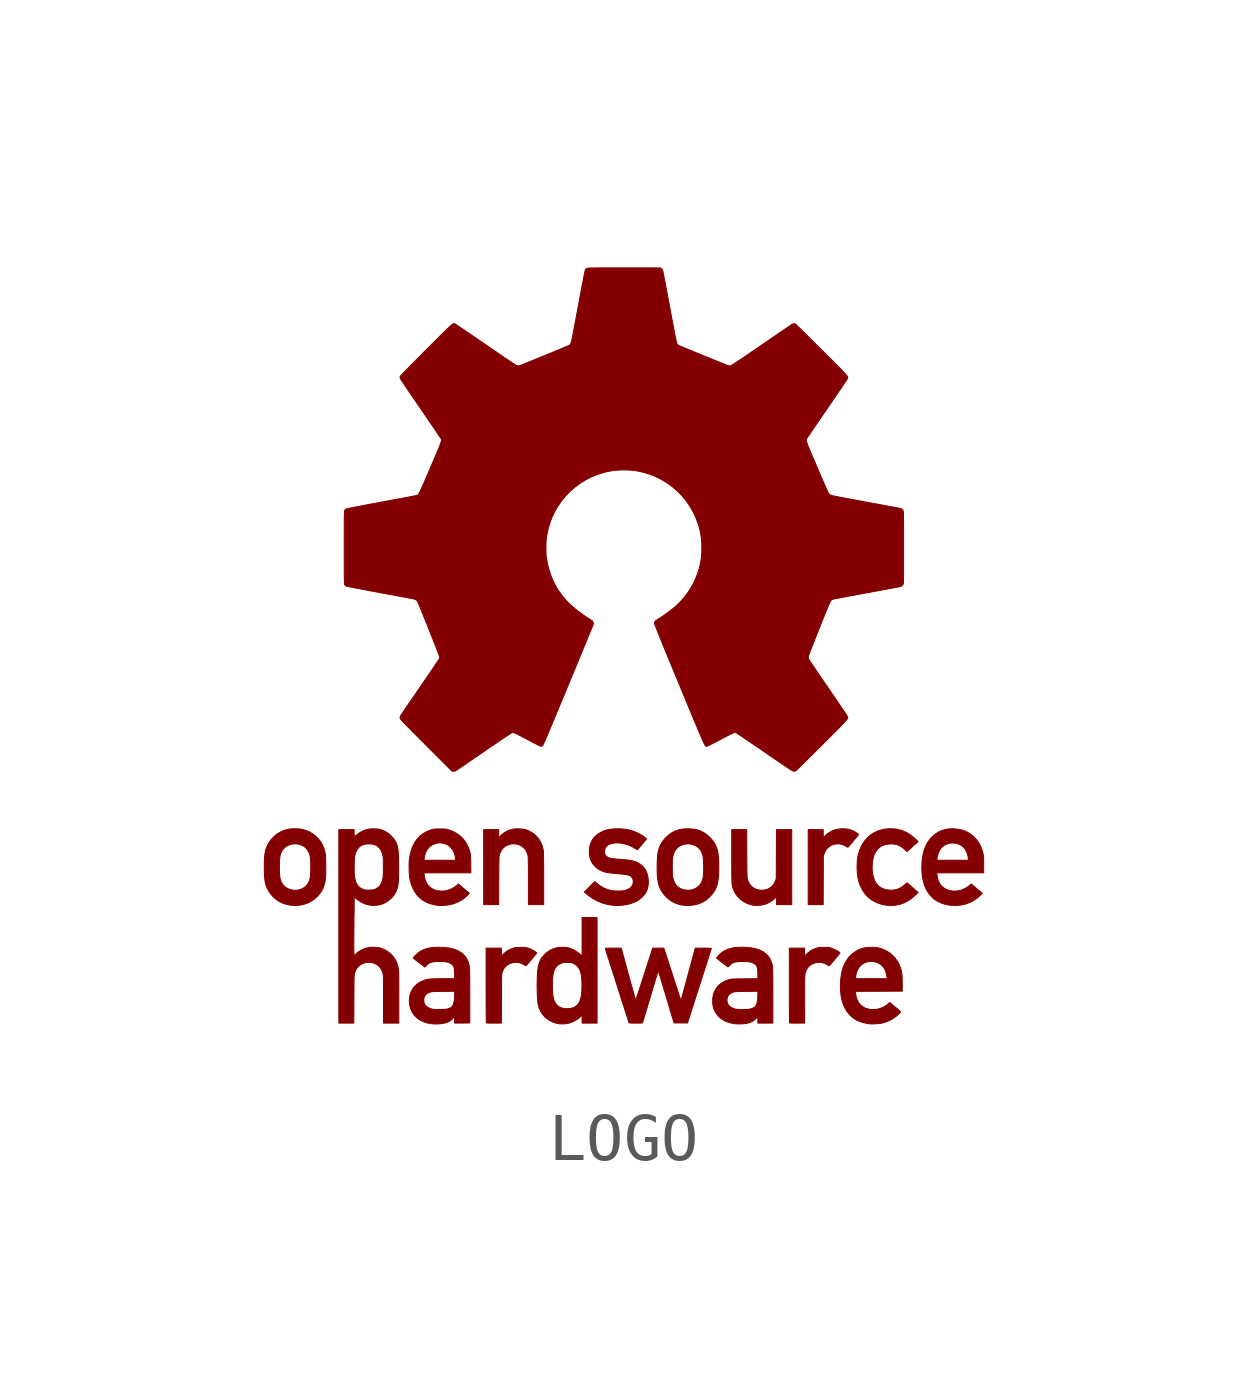
<source format=kicad_sym>
(kicad_symbol_lib
  (version 20220914)
  (generator "bitmap2component")
  (generator_version "8.0")
  (symbol "LOGO"
    (pin_names
      (offset 1.016))
    (property "Reference" "#G"
      (at 0 7.248 0)
      (effects (font (size 1.27 1.27)) hide))
    (symbol "LOGO_0_0"
      (polyline (pts (xy -3.832 -7.872) (xy -3.77 -7.864) (xy -3.716 -7.851) (xy -3.7 -7.846) (xy -3.651 -7.825) (xy -3.609 -7.798) (xy -3.57 -7.76) (xy -3.532 -7.719) (xy -3.532 -7.789) (xy -3.532 -7.858) (xy -3.374 -7.857) (xy -3.216 -7.855) (xy -3.216 -7.289) (xy -3.216 -7.232) (xy -3.216 -7.137) (xy -3.217 -7.053) (xy -3.217 -6.98) (xy -3.217 -6.916) (xy -3.218 -6.862) (xy -3.218 -6.816) (xy -3.219 -6.778) (xy -3.22 -6.747) (xy -3.221 -6.722) (xy -3.222 -6.702) (xy -3.223 -6.687) (xy -3.225 -6.677) (xy -3.23 -6.651) (xy -3.252 -6.578) (xy -3.282 -6.514) (xy -3.322 -6.457) (xy -3.37 -6.409) (xy -3.428 -6.368) (xy -3.495 -6.335) (xy -3.571 -6.309) (xy -3.658 -6.291) (xy -3.754 -6.28) (xy -3.861 -6.277) (xy -3.921 -6.278) (xy -3.998 -6.283) (xy -4.067 -6.294) (xy -4.129 -6.309) (xy -4.187 -6.331) (xy -4.242 -6.359) (xy -4.25 -6.364) (xy -4.27 -6.379) (xy -4.293 -6.398) (xy -4.317 -6.419) (xy -4.341 -6.441) (xy -4.362 -6.462) (xy -4.38 -6.48) (xy -4.391 -6.494) (xy -4.394 -6.501) (xy -4.391 -6.504) (xy -4.38 -6.514) (xy -4.36 -6.529) (xy -4.335 -6.549) (xy -4.305 -6.573) (xy -4.271 -6.598) (xy -4.151 -6.69) (xy -4.122 -6.658) (xy -4.118 -6.654) (xy -4.093 -6.629) (xy -4.066 -6.61) (xy -4.035 -6.596) (xy -4 -6.585) (xy -3.957 -6.579) (xy -3.906 -6.575) (xy -3.845 -6.574) (xy -3.8 -6.575) (xy -3.752 -6.577) (xy -3.712 -6.582) (xy -3.679 -6.588) (xy -3.649 -6.598) (xy -3.62 -6.611) (xy -3.61 -6.617) (xy -3.589 -6.631) (xy -3.573 -6.646) (xy -3.561 -6.662) (xy -3.552 -6.677) (xy -3.545 -6.694) (xy -3.54 -6.715) (xy -3.537 -6.742) (xy -3.535 -6.777) (xy -3.534 -6.822) (xy -3.531 -6.933) (xy -3.772 -6.933) (xy -3.781 -6.933) (xy -3.851 -6.933) (xy -3.91 -6.934) (xy -3.96 -6.935) (xy -4.001 -6.936) (xy -4.036 -6.939) (xy -4.066 -6.941) (xy -4.093 -6.946) (xy -4.117 -6.95) (xy -4.141 -6.957) (xy -4.165 -6.964) (xy -4.184 -6.971) (xy -4.251 -7.002) (xy -4.311 -7.042) (xy -4.362 -7.09) (xy -4.405 -7.145) (xy -4.438 -7.207) (xy -4.462 -7.273) (xy -4.474 -7.344) (xy -4.475 -7.379) (xy -4.176 -7.379) (xy -4.171 -7.336) (xy -4.156 -7.295) (xy -4.13 -7.261) (xy -4.093 -7.234) (xy -4.046 -7.213) (xy -4.045 -7.213) (xy -4.034 -7.209) (xy -4.022 -7.206) (xy -4.01 -7.204) (xy -3.994 -7.202) (xy -3.975 -7.201) (xy -3.95 -7.2) (xy -3.918 -7.199) (xy -3.878 -7.198) (xy -3.828 -7.197) (xy -3.767 -7.197) (xy -3.53 -7.195) (xy -3.534 -7.3) (xy -3.537 -7.356) (xy -3.543 -7.409) (xy -3.553 -7.452) (xy -3.567 -7.487) (xy -3.586 -7.514) (xy -3.611 -7.535) (xy -3.643 -7.551) (xy -3.681 -7.563) (xy -3.697 -7.566) (xy -3.728 -7.569) (xy -3.767 -7.572) (xy -3.81 -7.574) (xy -3.854 -7.575) (xy -3.898 -7.575) (xy -3.937 -7.573) (xy -3.97 -7.571) (xy -3.993 -7.568) (xy -4.04 -7.554) (xy -4.089 -7.532) (xy -4.127 -7.503) (xy -4.154 -7.468) (xy -4.17 -7.427) (xy -4.176 -7.379) (xy -4.475 -7.379) (xy -4.476 -7.418) (xy -4.466 -7.494) (xy -4.463 -7.506) (xy -4.441 -7.578) (xy -4.408 -7.644) (xy -4.365 -7.702) (xy -4.313 -7.752) (xy -4.252 -7.795) (xy -4.183 -7.829) (xy -4.106 -7.854) (xy -4.022 -7.87) (xy -3.965 -7.875) (xy -3.898 -7.876) (xy -3.832 -7.872)) (stroke (width 0.01) (type default)) (fill (type outline)))
      (polyline (pts (xy -1.29 -7.875) (xy -1.252 -7.873) (xy -1.213 -7.869) (xy -1.178 -7.864) (xy -1.15 -7.859) (xy -1.11 -7.846) (xy -1.037 -7.815) (xy -0.969 -7.774) (xy -0.909 -7.726) (xy -0.875 -7.694) (xy -0.875 -7.776) (xy -0.875 -7.858) (xy -0.719 -7.858) (xy -0.563 -7.858) (xy -0.563 -6.758) (xy -0.563 -5.658) (xy -0.719 -5.658) (xy -0.875 -5.658) (xy -0.875 -6.058) (xy -0.875 -6.458) (xy -0.923 -6.418) (xy -0.923 -6.418) (xy -0.989 -6.369) (xy -1.056 -6.329) (xy -1.123 -6.3) (xy -1.149 -6.292) (xy -1.171 -6.286) (xy -1.195 -6.282) (xy -1.223 -6.28) (xy -1.26 -6.278) (xy -1.311 -6.278) (xy -1.391 -6.286) (xy -1.465 -6.305) (xy -1.534 -6.335) (xy -1.597 -6.376) (xy -1.656 -6.429) (xy -1.712 -6.493) (xy -1.73 -6.52) (xy -1.754 -6.567) (xy -1.773 -6.619) (xy -1.788 -6.674) (xy -1.794 -6.717) (xy -1.801 -6.772) (xy -1.806 -6.836) (xy -1.809 -6.907) (xy -1.811 -6.982) (xy -1.812 -7.059) (xy -1.812 -7.074) (xy -1.494 -7.074) (xy -1.493 -7.004) (xy -1.49 -6.932) (xy -1.484 -6.87) (xy -1.475 -6.817) (xy -1.463 -6.772) (xy -1.447 -6.734) (xy -1.427 -6.7) (xy -1.403 -6.671) (xy -1.4 -6.667) (xy -1.363 -6.637) (xy -1.319 -6.614) (xy -1.266 -6.599) (xy -1.238 -6.594) (xy -1.172 -6.59) (xy -1.105 -6.598) (xy -1.067 -6.609) (xy -1.018 -6.633) (xy -0.977 -6.666) (xy -0.943 -6.71) (xy -0.916 -6.763) (xy -0.897 -6.827) (xy -0.892 -6.854) (xy -0.886 -6.905) (xy -0.881 -6.963) (xy -0.878 -7.026) (xy -0.878 -7.091) (xy -0.879 -7.156) (xy -0.883 -7.216) (xy -0.888 -7.271) (xy -0.894 -7.306) (xy -0.911 -7.372) (xy -0.935 -7.427) (xy -0.967 -7.473) (xy -1.005 -7.508) (xy -1.052 -7.534) (xy -1.105 -7.551) (xy -1.134 -7.555) (xy -1.172 -7.557) (xy -1.212 -7.557) (xy -1.249 -7.554) (xy -1.279 -7.549) (xy -1.331 -7.531) (xy -1.377 -7.503) (xy -1.414 -7.466) (xy -1.444 -7.419) (xy -1.456 -7.392) (xy -1.468 -7.354) (xy -1.478 -7.313) (xy -1.486 -7.266) (xy -1.49 -7.212) (xy -1.493 -7.148) (xy -1.494 -7.074) (xy -1.812 -7.074) (xy -1.812 -7.137) (xy -1.81 -7.213) (xy -1.808 -7.285) (xy -1.803 -7.352) (xy -1.798 -7.411) (xy -1.791 -7.46) (xy -1.788 -7.475) (xy -1.769 -7.545) (xy -1.742 -7.608) (xy -1.704 -7.667) (xy -1.655 -7.723) (xy -1.635 -7.743) (xy -1.573 -7.79) (xy -1.504 -7.828) (xy -1.429 -7.856) (xy -1.347 -7.873) (xy -1.323 -7.875) (xy -1.29 -7.875)) (stroke (width 0.01) (type default)) (fill (type outline)))
      (polyline (pts (xy 2.499 -7.871) (xy 2.559 -7.862) (xy 2.611 -7.849) (xy 2.618 -7.847) (xy 2.669 -7.825) (xy 2.713 -7.796) (xy 2.754 -7.756) (xy 2.788 -7.719) (xy 2.788 -7.788) (xy 2.788 -7.858) (xy 2.945 -7.858) (xy 3.101 -7.858) (xy 3.101 -7.284) (xy 3.101 -7.281) (xy 3.101 -7.179) (xy 3.101 -7.09) (xy 3.1 -7.011) (xy 3.1 -6.942) (xy 3.1 -6.883) (xy 3.099 -6.833) (xy 3.099 -6.791) (xy 3.098 -6.756) (xy 3.097 -6.728) (xy 3.096 -6.705) (xy 3.095 -6.687) (xy 3.094 -6.673) (xy 3.092 -6.663) (xy 3.09 -6.651) (xy 3.069 -6.579) (xy 3.039 -6.515) (xy 3 -6.458) (xy 2.952 -6.41) (xy 2.894 -6.369) (xy 2.827 -6.335) (xy 2.75 -6.31) (xy 2.663 -6.291) (xy 2.566 -6.28) (xy 2.459 -6.277) (xy 2.452 -6.277) (xy 2.363 -6.28) (xy 2.284 -6.288) (xy 2.213 -6.303) (xy 2.149 -6.324) (xy 2.091 -6.352) (xy 2.037 -6.387) (xy 2.032 -6.391) (xy 2.015 -6.405) (xy 1.995 -6.424) (xy 1.975 -6.444) (xy 1.956 -6.464) (xy 1.94 -6.482) (xy 1.93 -6.495) (xy 1.927 -6.502) (xy 1.928 -6.504) (xy 1.938 -6.512) (xy 1.956 -6.526) (xy 1.98 -6.545) (xy 2.009 -6.568) (xy 2.041 -6.592) (xy 2.057 -6.605) (xy 2.089 -6.629) (xy 2.116 -6.65) (xy 2.139 -6.667) (xy 2.154 -6.679) (xy 2.161 -6.684) (xy 2.162 -6.685) (xy 2.169 -6.685) (xy 2.181 -6.676) (xy 2.198 -6.659) (xy 2.2 -6.656) (xy 2.226 -6.631) (xy 2.252 -6.611) (xy 2.282 -6.596) (xy 2.317 -6.586) (xy 2.359 -6.579) (xy 2.409 -6.575) (xy 2.469 -6.574) (xy 2.514 -6.574) (xy 2.566 -6.577) (xy 2.609 -6.582) (xy 2.645 -6.589) (xy 2.676 -6.6) (xy 2.705 -6.614) (xy 2.728 -6.629) (xy 2.749 -6.649) (xy 2.765 -6.672) (xy 2.776 -6.702) (xy 2.783 -6.738) (xy 2.787 -6.784) (xy 2.788 -6.84) (xy 2.788 -6.932) (xy 2.518 -6.935) (xy 2.471 -6.935) (xy 2.409 -6.936) (xy 2.358 -6.937) (xy 2.316 -6.938) (xy 2.281 -6.939) (xy 2.252 -6.941) (xy 2.228 -6.944) (xy 2.206 -6.948) (xy 2.187 -6.953) (xy 2.168 -6.958) (xy 2.147 -6.965) (xy 2.125 -6.974) (xy 2.07 -6.999) (xy 2.01 -7.038) (xy 1.959 -7.086) (xy 1.917 -7.141) (xy 1.883 -7.203) (xy 1.86 -7.271) (xy 1.848 -7.344) (xy 1.847 -7.379) (xy 2.144 -7.379) (xy 2.149 -7.336) (xy 2.164 -7.295) (xy 2.19 -7.261) (xy 2.227 -7.234) (xy 2.274 -7.213) (xy 2.276 -7.213) (xy 2.287 -7.209) (xy 2.298 -7.206) (xy 2.311 -7.204) (xy 2.326 -7.202) (xy 2.345 -7.201) (xy 2.37 -7.2) (xy 2.402 -7.199) (xy 2.442 -7.198) (xy 2.492 -7.197) (xy 2.553 -7.197) (xy 2.79 -7.195) (xy 2.787 -7.3) (xy 2.785 -7.333) (xy 2.78 -7.392) (xy 2.771 -7.44) (xy 2.757 -7.478) (xy 2.738 -7.508) (xy 2.713 -7.532) (xy 2.681 -7.549) (xy 2.641 -7.561) (xy 2.592 -7.57) (xy 2.591 -7.57) (xy 2.558 -7.574) (xy 2.518 -7.575) (xy 2.474 -7.576) (xy 2.43 -7.576) (xy 2.389 -7.574) (xy 2.353 -7.571) (xy 2.327 -7.567) (xy 2.279 -7.554) (xy 2.231 -7.532) (xy 2.193 -7.503) (xy 2.166 -7.468) (xy 2.15 -7.427) (xy 2.144 -7.379) (xy 1.847 -7.379) (xy 1.846 -7.42) (xy 1.847 -7.433) (xy 1.852 -7.484) (xy 1.861 -7.527) (xy 1.875 -7.569) (xy 1.895 -7.613) (xy 1.915 -7.648) (xy 1.958 -7.705) (xy 2.01 -7.754) (xy 2.071 -7.796) (xy 2.14 -7.83) (xy 2.216 -7.854) (xy 2.297 -7.87) (xy 2.304 -7.871) (xy 2.367 -7.875) (xy 2.434 -7.875) (xy 2.499 -7.871)) (stroke (width 0.01) (type default)) (fill (type outline)))
      (polyline (pts (xy 5.208 -7.874) (xy 5.25 -7.872) (xy 5.291 -7.869) (xy 5.327 -7.866) (xy 5.354 -7.862) (xy 5.395 -7.853) (xy 5.481 -7.825) (xy 5.563 -7.788) (xy 5.637 -7.742) (xy 5.641 -7.739) (xy 5.663 -7.722) (xy 5.687 -7.702) (xy 5.711 -7.681) (xy 5.732 -7.66) (xy 5.749 -7.643) (xy 5.76 -7.629) (xy 5.763 -7.622) (xy 5.761 -7.62) (xy 5.751 -7.61) (xy 5.733 -7.594) (xy 5.71 -7.573) (xy 5.681 -7.548) (xy 5.649 -7.521) (xy 5.538 -7.426) (xy 5.505 -7.456) (xy 5.464 -7.489) (xy 5.406 -7.524) (xy 5.343 -7.551) (xy 5.279 -7.568) (xy 5.213 -7.576) (xy 5.149 -7.575) (xy 5.086 -7.564) (xy 5.027 -7.545) (xy 4.973 -7.515) (xy 4.926 -7.477) (xy 4.902 -7.449) (xy 4.871 -7.4) (xy 4.847 -7.345) (xy 4.832 -7.286) (xy 4.826 -7.228) (xy 4.826 -7.196) (xy 5.312 -7.194) (xy 5.798 -7.192) (xy 5.798 -7.033) (xy 5.798 -7.019) (xy 5.797 -6.968) (xy 5.796 -6.92) (xy 5.794 -6.878) (xy 5.792 -6.844) (xy 5.789 -6.821) (xy 5.788 -6.812) (xy 5.768 -6.726) (xy 5.738 -6.645) (xy 5.697 -6.569) (xy 5.647 -6.5) (xy 5.589 -6.439) (xy 5.523 -6.386) (xy 5.45 -6.344) (xy 5.44 -6.339) (xy 5.38 -6.313) (xy 5.322 -6.295) (xy 5.263 -6.283) (xy 5.199 -6.278) (xy 5.127 -6.278) (xy 5.072 -6.281) (xy 5.02 -6.288) (xy 4.974 -6.298) (xy 4.93 -6.313) (xy 4.883 -6.333) (xy 4.819 -6.369) (xy 4.75 -6.419) (xy 4.691 -6.479) (xy 4.639 -6.548) (xy 4.596 -6.626) (xy 4.562 -6.713) (xy 4.536 -6.809) (xy 4.519 -6.908) (xy 4.826 -6.908) (xy 4.829 -6.874) (xy 4.838 -6.83) (xy 4.852 -6.784) (xy 4.87 -6.742) (xy 4.87 -6.741) (xy 4.902 -6.69) (xy 4.942 -6.647) (xy 4.99 -6.613) (xy 5.043 -6.589) (xy 5.102 -6.575) (xy 5.164 -6.572) (xy 5.228 -6.58) (xy 5.254 -6.586) (xy 5.308 -6.609) (xy 5.357 -6.642) (xy 5.399 -6.683) (xy 5.431 -6.731) (xy 5.444 -6.76) (xy 5.46 -6.803) (xy 5.472 -6.851) (xy 5.479 -6.897) (xy 5.484 -6.933) (xy 5.155 -6.933) (xy 4.826 -6.933) (xy 4.826 -6.908) (xy 4.519 -6.908) (xy 4.518 -6.913) (xy 4.51 -7.027) (xy 4.509 -7.037) (xy 4.51 -7.152) (xy 4.519 -7.26) (xy 4.537 -7.361) (xy 4.564 -7.453) (xy 4.6 -7.536) (xy 4.644 -7.612) (xy 4.696 -7.678) (xy 4.757 -7.735) (xy 4.825 -7.783) (xy 4.852 -7.798) (xy 4.911 -7.824) (xy 4.977 -7.845) (xy 5.047 -7.862) (xy 5.117 -7.873) (xy 5.136 -7.874) (xy 5.169 -7.875) (xy 5.208 -7.874)) (stroke (width 0.01) (type default)) (fill (type outline)))
      (polyline (pts (xy -5.631 -7.356) (xy -5.631 -7.289) (xy -5.63 -7.205) (xy -5.63 -7.133) (xy -5.63 -7.071) (xy -5.629 -7.018) (xy -5.628 -6.973) (xy -5.628 -6.936) (xy -5.627 -6.906) (xy -5.626 -6.882) (xy -5.625 -6.862) (xy -5.623 -6.847) (xy -5.622 -6.836) (xy -5.62 -6.826) (xy -5.618 -6.819) (xy -5.608 -6.787) (xy -5.58 -6.73) (xy -5.544 -6.683) (xy -5.5 -6.645) (xy -5.449 -6.617) (xy -5.39 -6.598) (xy -5.378 -6.596) (xy -5.335 -6.59) (xy -5.294 -6.591) (xy -5.25 -6.598) (xy -5.203 -6.612) (xy -5.151 -6.639) (xy -5.106 -6.675) (xy -5.069 -6.72) (xy -5.041 -6.773) (xy -5.023 -6.832) (xy -5.021 -6.842) (xy -5.02 -6.855) (xy -5.018 -6.873) (xy -5.017 -6.896) (xy -5.016 -6.926) (xy -5.016 -6.962) (xy -5.015 -7.005) (xy -5.015 -7.057) (xy -5.014 -7.118) (xy -5.014 -7.19) (xy -5.014 -7.272) (xy -5.014 -7.366) (xy -5.014 -7.858) (xy -4.854 -7.858) (xy -4.695 -7.858) (xy -4.695 -7.325) (xy -4.695 -7.287) (xy -4.695 -7.186) (xy -4.695 -7.095) (xy -4.696 -7.012) (xy -4.696 -6.94) (xy -4.697 -6.877) (xy -4.698 -6.825) (xy -4.699 -6.785) (xy -4.7 -6.756) (xy -4.702 -6.739) (xy -4.711 -6.686) (xy -4.734 -6.609) (xy -4.768 -6.537) (xy -4.812 -6.473) (xy -4.865 -6.415) (xy -4.927 -6.366) (xy -4.996 -6.326) (xy -5.073 -6.295) (xy -5.104 -6.288) (xy -5.146 -6.282) (xy -5.192 -6.278) (xy -5.24 -6.277) (xy -5.285 -6.278) (xy -5.322 -6.283) (xy -5.327 -6.284) (xy -5.4 -6.303) (xy -5.47 -6.332) (xy -5.534 -6.371) (xy -5.59 -6.417) (xy -5.595 -6.421) (xy -5.612 -6.437) (xy -5.624 -6.448) (xy -5.63 -6.452) (xy -5.63 -6.451) (xy -5.631 -6.442) (xy -5.631 -6.421) (xy -5.632 -6.389) (xy -5.632 -6.348) (xy -5.632 -6.299) (xy -5.633 -6.241) (xy -5.633 -6.176) (xy -5.632 -6.104) (xy -5.632 -6.028) (xy -5.632 -5.947) (xy -5.631 -5.862) (xy -5.63 -5.774) (xy -5.63 -5.685) (xy -5.628 -5.594) (xy -5.624 -5.228) (xy -5.578 -5.267) (xy -5.546 -5.292) (xy -5.474 -5.339) (xy -5.4 -5.373) (xy -5.324 -5.396) (xy -5.246 -5.406) (xy -5.166 -5.403) (xy -5.085 -5.389) (xy -5.074 -5.386) (xy -5.005 -5.361) (xy -4.941 -5.325) (xy -4.881 -5.281) (xy -4.829 -5.23) (xy -4.785 -5.172) (xy -4.751 -5.11) (xy -4.727 -5.044) (xy -4.721 -5.021) (xy -4.715 -4.993) (xy -4.711 -4.964) (xy -4.707 -4.932) (xy -4.704 -4.897) (xy -4.701 -4.855) (xy -4.7 -4.807) (xy -4.699 -4.751) (xy -4.698 -4.685) (xy -4.698 -4.607) (xy -4.698 -4.59) (xy -4.699 -4.501) (xy -4.7 -4.422) (xy -4.703 -4.354) (xy -4.707 -4.295) (xy -4.712 -4.243) (xy -4.72 -4.198) (xy -4.729 -4.158) (xy -4.74 -4.123) (xy -4.755 -4.09) (xy -4.771 -4.06) (xy -4.791 -4.03) (xy -4.814 -4) (xy -4.83 -3.981) (xy -4.884 -3.928) (xy -4.945 -3.883) (xy -5.011 -3.848) (xy -5.079 -3.823) (xy -5.091 -3.82) (xy -5.126 -3.814) (xy -5.168 -3.811) (xy -5.214 -3.809) (xy -5.258 -3.809) (xy -5.298 -3.811) (xy -5.33 -3.815) (xy -5.381 -3.829) (xy -5.458 -3.86) (xy -5.53 -3.901) (xy -5.595 -3.952) (xy -5.626 -3.981) (xy -5.626 -3.903) (xy -5.626 -3.826) (xy -5.786 -3.826) (xy -5.945 -3.826) (xy -5.945 -4.638) (xy -5.626 -4.638) (xy -5.625 -4.565) (xy -5.625 -4.562) (xy -5.623 -4.51) (xy -5.622 -4.469) (xy -5.62 -4.437) (xy -5.619 -4.411) (xy -5.616 -4.389) (xy -5.612 -4.37) (xy -5.608 -4.352) (xy -5.592 -4.3) (xy -5.566 -4.246) (xy -5.534 -4.202) (xy -5.496 -4.168) (xy -5.453 -4.144) (xy -5.443 -4.141) (xy -5.391 -4.128) (xy -5.335 -4.122) (xy -5.278 -4.123) (xy -5.225 -4.132) (xy -5.179 -4.147) (xy -5.157 -4.159) (xy -5.115 -4.191) (xy -5.08 -4.233) (xy -5.052 -4.286) (xy -5.031 -4.349) (xy -5.027 -4.364) (xy -5.024 -4.379) (xy -5.022 -4.396) (xy -5.02 -4.414) (xy -5.019 -4.437) (xy -5.018 -4.465) (xy -5.017 -4.501) (xy -5.017 -4.545) (xy -5.017 -4.601) (xy -5.017 -4.609) (xy -5.017 -4.67) (xy -5.018 -4.721) (xy -5.019 -4.763) (xy -5.021 -4.798) (xy -5.024 -4.828) (xy -5.029 -4.854) (xy -5.035 -4.878) (xy -5.042 -4.901) (xy -5.051 -4.926) (xy -5.055 -4.937) (xy -5.081 -4.982) (xy -5.115 -5.022) (xy -5.157 -5.053) (xy -5.203 -5.074) (xy -5.21 -5.076) (xy -5.238 -5.081) (xy -5.274 -5.085) (xy -5.313 -5.086) (xy -5.351 -5.086) (xy -5.385 -5.084) (xy -5.411 -5.08) (xy -5.446 -5.069) (xy -5.492 -5.045) (xy -5.532 -5.013) (xy -5.564 -4.971) (xy -5.589 -4.92) (xy -5.608 -4.859) (xy -5.62 -4.787) (xy -5.621 -4.784) (xy -5.624 -4.748) (xy -5.625 -4.699) (xy -5.626 -4.638) (xy -5.945 -4.638) (xy -5.945 -5.842) (xy -5.945 -7.858) (xy -5.789 -7.858) (xy -5.633 -7.858) (xy -5.631 -7.356)) (stroke (width 0.01) (type default)) (fill (type outline)))
      (polyline (pts (xy -2.555 -7.347) (xy -2.555 -7.29) (xy -2.555 -7.205) (xy -2.555 -7.132) (xy -2.554 -7.068) (xy -2.554 -7.014) (xy -2.554 -6.969) (xy -2.553 -6.931) (xy -2.552 -6.901) (xy -2.551 -6.876) (xy -2.55 -6.856) (xy -2.549 -6.84) (xy -2.548 -6.828) (xy -2.546 -6.818) (xy -2.544 -6.81) (xy -2.542 -6.803) (xy -2.54 -6.795) (xy -2.535 -6.782) (xy -2.508 -6.726) (xy -2.473 -6.68) (xy -2.43 -6.643) (xy -2.378 -6.616) (xy -2.319 -6.598) (xy -2.316 -6.597) (xy -2.254 -6.591) (xy -2.193 -6.596) (xy -2.135 -6.614) (xy -2.081 -6.643) (xy -2.065 -6.653) (xy -2.051 -6.66) (xy -2.044 -6.663) (xy -2.041 -6.66) (xy -2.031 -6.649) (xy -2.015 -6.631) (xy -1.995 -6.607) (xy -1.972 -6.58) (xy -1.946 -6.55) (xy -1.92 -6.519) (xy -1.895 -6.488) (xy -1.871 -6.459) (xy -1.85 -6.434) (xy -1.834 -6.414) (xy -1.823 -6.4) (xy -1.819 -6.395) (xy -1.823 -6.39) (xy -1.835 -6.381) (xy -1.854 -6.368) (xy -1.877 -6.354) (xy -1.901 -6.34) (xy -1.924 -6.328) (xy -1.939 -6.32) (xy -1.972 -6.305) (xy -2.002 -6.294) (xy -2.032 -6.287) (xy -2.065 -6.282) (xy -2.105 -6.28) (xy -2.154 -6.28) (xy -2.186 -6.28) (xy -2.218 -6.281) (xy -2.242 -6.282) (xy -2.261 -6.284) (xy -2.278 -6.287) (xy -2.297 -6.293) (xy -2.319 -6.3) (xy -2.358 -6.314) (xy -2.411 -6.34) (xy -2.46 -6.372) (xy -2.508 -6.413) (xy -2.557 -6.459) (xy -2.557 -6.377) (xy -2.557 -6.295) (xy -2.716 -6.295) (xy -2.876 -6.295) (xy -2.876 -7.073) (xy -2.876 -7.165) (xy -2.876 -7.26) (xy -2.875 -7.35) (xy -2.875 -7.435) (xy -2.875 -7.514) (xy -2.875 -7.587) (xy -2.874 -7.653) (xy -2.874 -7.711) (xy -2.873 -7.76) (xy -2.873 -7.8) (xy -2.873 -7.829) (xy -2.872 -7.847) (xy -2.872 -7.854) (xy -2.867 -7.855) (xy -2.852 -7.856) (xy -2.826 -7.857) (xy -2.794 -7.858) (xy -2.755 -7.858) (xy -2.712 -7.858) (xy -2.557 -7.858) (xy -2.555 -7.347)) (stroke (width 0.01) (type default)) (fill (type outline)))
      (polyline (pts (xy 0.325 -7.858) (xy 0.349 -7.857) (xy 0.365 -7.856) (xy 0.376 -7.855) (xy 0.382 -7.852) (xy 0.385 -7.849) (xy 0.387 -7.844) (xy 0.389 -7.837) (xy 0.395 -7.819) (xy 0.403 -7.791) (xy 0.415 -7.753) (xy 0.429 -7.706) (xy 0.445 -7.652) (xy 0.463 -7.591) (xy 0.483 -7.524) (xy 0.504 -7.452) (xy 0.527 -7.377) (xy 0.551 -7.297) (xy 0.573 -7.222) (xy 0.596 -7.146) (xy 0.617 -7.075) (xy 0.637 -7.009) (xy 0.655 -6.949) (xy 0.671 -6.896) (xy 0.685 -6.851) (xy 0.697 -6.814) (xy 0.705 -6.787) (xy 0.711 -6.77) (xy 0.713 -6.764) (xy 0.713 -6.764) (xy 0.715 -6.771) (xy 0.721 -6.789) (xy 0.73 -6.817) (xy 0.742 -6.855) (xy 0.756 -6.901) (xy 0.772 -6.955) (xy 0.79 -7.015) (xy 0.811 -7.082) (xy 0.832 -7.154) (xy 0.855 -7.23) (xy 0.879 -7.31) (xy 1.042 -7.855) (xy 1.182 -7.855) (xy 1.322 -7.855) (xy 1.57 -7.08) (xy 1.578 -7.056) (xy 1.608 -6.962) (xy 1.637 -6.871) (xy 1.665 -6.784) (xy 1.691 -6.702) (xy 1.715 -6.626) (xy 1.738 -6.556) (xy 1.758 -6.492) (xy 1.776 -6.437) (xy 1.79 -6.39) (xy 1.802 -6.352) (xy 1.811 -6.324) (xy 1.817 -6.306) (xy 1.819 -6.3) (xy 1.813 -6.299) (xy 1.796 -6.298) (xy 1.77 -6.297) (xy 1.736 -6.296) (xy 1.696 -6.295) (xy 1.652 -6.295) (xy 1.485 -6.295) (xy 1.338 -6.835) (xy 1.317 -6.912) (xy 1.297 -6.988) (xy 1.277 -7.06) (xy 1.258 -7.128) (xy 1.242 -7.189) (xy 1.227 -7.243) (xy 1.214 -7.29) (xy 1.203 -7.328) (xy 1.195 -7.356) (xy 1.19 -7.375) (xy 1.188 -7.382) (xy 1.185 -7.38) (xy 1.179 -7.369) (xy 1.171 -7.349) (xy 1.162 -7.323) (xy 1.161 -7.319) (xy 1.154 -7.3) (xy 1.145 -7.269) (xy 1.132 -7.23) (xy 1.116 -7.181) (xy 1.098 -7.126) (xy 1.078 -7.064) (xy 1.056 -6.997) (xy 1.033 -6.926) (xy 1.009 -6.851) (xy 0.985 -6.775) (xy 0.829 -6.295) (xy 0.713 -6.295) (xy 0.597 -6.295) (xy 0.426 -6.825) (xy 0.402 -6.898) (xy 0.378 -6.974) (xy 0.354 -7.046) (xy 0.333 -7.113) (xy 0.313 -7.174) (xy 0.295 -7.229) (xy 0.28 -7.276) (xy 0.267 -7.315) (xy 0.257 -7.345) (xy 0.25 -7.365) (xy 0.247 -7.373) (xy 0.246 -7.375) (xy 0.244 -7.375) (xy 0.242 -7.372) (xy 0.239 -7.366) (xy 0.234 -7.354) (xy 0.229 -7.338) (xy 0.222 -7.316) (xy 0.213 -7.287) (xy 0.203 -7.251) (xy 0.191 -7.207) (xy 0.176 -7.154) (xy 0.159 -7.092) (xy 0.139 -7.02) (xy 0.116 -6.937) (xy 0.09 -6.843) (xy -0.059 -6.295) (xy -0.227 -6.295) (xy -0.263 -6.295) (xy -0.306 -6.296) (xy -0.338 -6.296) (xy -0.362 -6.297) (xy -0.378 -6.298) (xy -0.387 -6.3) (xy -0.391 -6.302) (xy -0.392 -6.304) (xy -0.392 -6.305) (xy -0.389 -6.314) (xy -0.382 -6.333) (xy -0.373 -6.363) (xy -0.36 -6.403) (xy -0.344 -6.452) (xy -0.326 -6.509) (xy -0.305 -6.573) (xy -0.282 -6.645) (xy -0.258 -6.722) (xy -0.231 -6.805) (xy -0.203 -6.892) (xy -0.174 -6.984) (xy -0.144 -7.078) (xy -0.139 -7.092) (xy -0.109 -7.186) (xy -0.08 -7.277) (xy -0.053 -7.364) (xy -0.026 -7.446) (xy -0.002 -7.522) (xy 0.02 -7.593) (xy 0.041 -7.656) (xy 0.059 -7.712) (xy 0.074 -7.759) (xy 0.086 -7.797) (xy 0.095 -7.826) (xy 0.101 -7.844) (xy 0.103 -7.85) (xy 0.106 -7.853) (xy 0.116 -7.855) (xy 0.133 -7.856) (xy 0.159 -7.857) (xy 0.196 -7.858) (xy 0.244 -7.858) (xy 0.247 -7.858) (xy 0.291 -7.858) (xy 0.325 -7.858)) (stroke (width 0.01) (type default)) (fill (type outline)))
      (polyline (pts (xy 3.764 -7.366) (xy 3.764 -7.334) (xy 3.764 -7.245) (xy 3.764 -7.167) (xy 3.764 -7.1) (xy 3.764 -7.042) (xy 3.765 -6.993) (xy 3.765 -6.952) (xy 3.766 -6.919) (xy 3.767 -6.892) (xy 3.768 -6.87) (xy 3.77 -6.853) (xy 3.771 -6.84) (xy 3.773 -6.83) (xy 3.787 -6.78) (xy 3.812 -6.726) (xy 3.847 -6.68) (xy 3.89 -6.644) (xy 3.941 -6.616) (xy 4.001 -6.598) (xy 4.004 -6.597) (xy 4.066 -6.591) (xy 4.127 -6.596) (xy 4.185 -6.614) (xy 4.239 -6.643) (xy 4.254 -6.652) (xy 4.268 -6.661) (xy 4.275 -6.664) (xy 4.278 -6.662) (xy 4.287 -6.651) (xy 4.302 -6.634) (xy 4.322 -6.611) (xy 4.346 -6.583) (xy 4.371 -6.554) (xy 4.397 -6.523) (xy 4.423 -6.492) (xy 4.446 -6.463) (xy 4.467 -6.438) (xy 4.484 -6.417) (xy 4.495 -6.403) (xy 4.5 -6.396) (xy 4.496 -6.389) (xy 4.483 -6.378) (xy 4.463 -6.365) (xy 4.437 -6.349) (xy 4.407 -6.334) (xy 4.375 -6.318) (xy 4.345 -6.305) (xy 4.316 -6.294) (xy 4.313 -6.293) (xy 4.296 -6.288) (xy 4.28 -6.284) (xy 4.261 -6.282) (xy 4.238 -6.281) (xy 4.207 -6.28) (xy 4.167 -6.28) (xy 4.134 -6.28) (xy 4.103 -6.281) (xy 4.079 -6.282) (xy 4.059 -6.284) (xy 4.042 -6.287) (xy 4.023 -6.293) (xy 4.001 -6.3) (xy 3.962 -6.314) (xy 3.909 -6.34) (xy 3.861 -6.372) (xy 3.812 -6.413) (xy 3.763 -6.459) (xy 3.763 -6.377) (xy 3.763 -6.295) (xy 3.604 -6.295) (xy 3.445 -6.295) (xy 3.445 -7.073) (xy 3.445 -7.165) (xy 3.445 -7.26) (xy 3.445 -7.35) (xy 3.445 -7.435) (xy 3.445 -7.514) (xy 3.446 -7.587) (xy 3.446 -7.653) (xy 3.446 -7.711) (xy 3.447 -7.76) (xy 3.447 -7.8) (xy 3.448 -7.829) (xy 3.448 -7.847) (xy 3.449 -7.854) (xy 3.453 -7.855) (xy 3.469 -7.856) (xy 3.494 -7.857) (xy 3.527 -7.858) (xy 3.565 -7.858) (xy 3.608 -7.858) (xy 3.763 -7.858) (xy 3.764 -7.366)) (stroke (width 0.01) (type default)) (fill (type outline)))
      (polyline (pts (xy -6.766 -5.401) (xy -6.679 -5.384) (xy -6.597 -5.356) (xy -6.521 -5.318) (xy -6.451 -5.269) (xy -6.387 -5.21) (xy -6.331 -5.142) (xy -6.329 -5.138) (xy -6.304 -5.101) (xy -6.285 -5.067) (xy -6.27 -5.032) (xy -6.255 -4.99) (xy -6.252 -4.978) (xy -6.243 -4.947) (xy -6.235 -4.918) (xy -6.23 -4.888) (xy -6.225 -4.856) (xy -6.222 -4.82) (xy -6.22 -4.779) (xy -6.218 -4.73) (xy -6.218 -4.673) (xy -6.217 -4.604) (xy -6.217 -4.597) (xy -6.218 -4.529) (xy -6.218 -4.473) (xy -6.22 -4.425) (xy -6.222 -4.384) (xy -6.226 -4.349) (xy -6.23 -4.317) (xy -6.236 -4.287) (xy -6.244 -4.257) (xy -6.253 -4.226) (xy -6.253 -4.226) (xy -6.283 -4.151) (xy -6.323 -4.08) (xy -6.373 -4.016) (xy -6.431 -3.958) (xy -6.497 -3.908) (xy -6.568 -3.868) (xy -6.645 -3.837) (xy -6.725 -3.817) (xy -6.758 -3.812) (xy -6.801 -3.809) (xy -6.849 -3.808) (xy -6.897 -3.808) (xy -6.941 -3.81) (xy -6.977 -3.814) (xy -7.015 -3.821) (xy -7.096 -3.845) (xy -7.171 -3.88) (xy -7.242 -3.924) (xy -7.305 -3.977) (xy -7.36 -4.037) (xy -7.407 -4.104) (xy -7.444 -4.176) (xy -7.47 -4.254) (xy -7.47 -4.256) (xy -7.478 -4.29) (xy -7.485 -4.323) (xy -7.49 -4.356) (xy -7.493 -4.393) (xy -7.496 -4.434) (xy -7.498 -4.481) (xy -7.498 -4.537) (xy -7.499 -4.604) (xy -7.499 -4.621) (xy -7.498 -4.639) (xy -7.184 -4.639) (xy -7.184 -4.582) (xy -7.183 -4.526) (xy -7.181 -4.474) (xy -7.178 -4.426) (xy -7.173 -4.387) (xy -7.168 -4.357) (xy -7.154 -4.316) (xy -7.127 -4.261) (xy -7.09 -4.215) (xy -7.044 -4.176) (xy -6.991 -4.148) (xy -6.93 -4.129) (xy -6.91 -4.125) (xy -6.869 -4.121) (xy -6.83 -4.122) (xy -6.786 -4.129) (xy -6.747 -4.139) (xy -6.691 -4.163) (xy -6.643 -4.197) (xy -6.604 -4.239) (xy -6.573 -4.291) (xy -6.562 -4.315) (xy -6.553 -4.342) (xy -6.545 -4.37) (xy -6.539 -4.402) (xy -6.535 -4.44) (xy -6.533 -4.484) (xy -6.531 -4.537) (xy -6.531 -4.601) (xy -6.531 -4.649) (xy -6.532 -4.711) (xy -6.535 -4.763) (xy -6.539 -4.808) (xy -6.545 -4.845) (xy -6.554 -4.878) (xy -6.566 -4.908) (xy -6.58 -4.936) (xy -6.598 -4.964) (xy -6.626 -4.998) (xy -6.67 -5.035) (xy -6.722 -5.063) (xy -6.782 -5.082) (xy -6.804 -5.085) (xy -6.834 -5.088) (xy -6.863 -5.088) (xy -6.912 -5.085) (xy -6.973 -5.07) (xy -7.027 -5.046) (xy -7.075 -5.011) (xy -7.114 -4.967) (xy -7.146 -4.914) (xy -7.168 -4.853) (xy -7.172 -4.83) (xy -7.177 -4.792) (xy -7.181 -4.746) (xy -7.183 -4.695) (xy -7.184 -4.639) (xy -7.498 -4.639) (xy -7.498 -4.699) (xy -7.496 -4.766) (xy -7.492 -4.825) (xy -7.486 -4.876) (xy -7.479 -4.921) (xy -7.469 -4.963) (xy -7.457 -5.002) (xy -7.441 -5.041) (xy -7.434 -5.058) (xy -7.405 -5.108) (xy -7.369 -5.16) (xy -7.327 -5.21) (xy -7.282 -5.255) (xy -7.236 -5.292) (xy -7.183 -5.325) (xy -7.11 -5.36) (xy -7.033 -5.385) (xy -6.955 -5.401) (xy -6.951 -5.401) (xy -6.857 -5.407) (xy -6.766 -5.401)) (stroke (width 0.01) (type default)) (fill (type outline)))
      (polyline (pts (xy -3.731 -5.404) (xy -3.635 -5.391) (xy -3.542 -5.366) (xy -3.454 -5.33) (xy -3.432 -5.319) (xy -3.371 -5.283) (xy -3.317 -5.242) (xy -3.264 -5.193) (xy -3.225 -5.153) (xy -3.339 -5.056) (xy -3.453 -4.958) (xy -3.481 -4.983) (xy -3.534 -5.024) (xy -3.6 -5.062) (xy -3.671 -5.089) (xy -3.743 -5.104) (xy -3.818 -5.107) (xy -3.893 -5.098) (xy -3.941 -5.085) (xy -3.999 -5.058) (xy -4.05 -5.023) (xy -4.092 -4.978) (xy -4.125 -4.925) (xy -4.148 -4.865) (xy -4.155 -4.836) (xy -4.162 -4.802) (xy -4.166 -4.771) (xy -4.17 -4.726) (xy -3.682 -4.726) (xy -3.193 -4.726) (xy -3.196 -4.537) (xy -3.197 -4.489) (xy -3.198 -4.444) (xy -3.199 -4.409) (xy -3.2 -4.38) (xy -3.201 -4.358) (xy -3.204 -4.339) (xy -3.207 -4.322) (xy -3.21 -4.306) (xy -3.215 -4.288) (xy -3.243 -4.202) (xy -3.28 -4.124) (xy -3.326 -4.053) (xy -3.382 -3.989) (xy -3.428 -3.949) (xy -3.497 -3.9) (xy -3.574 -3.86) (xy -3.66 -3.828) (xy -3.662 -3.828) (xy -3.682 -3.822) (xy -3.7 -3.817) (xy -3.717 -3.814) (xy -3.738 -3.813) (xy -3.763 -3.812) (xy -3.796 -3.811) (xy -3.838 -3.811) (xy -3.843 -3.811) (xy -3.885 -3.811) (xy -3.917 -3.812) (xy -3.941 -3.813) (xy -3.961 -3.815) (xy -3.979 -3.818) (xy -3.996 -3.822) (xy -4.017 -3.828) (xy -4.03 -3.832) (xy -4.112 -3.865) (xy -4.187 -3.908) (xy -4.253 -3.959) (xy -4.311 -4.021) (xy -4.361 -4.091) (xy -4.402 -4.171) (xy -4.436 -4.26) (xy -4.46 -4.358) (xy -4.477 -4.464) (xy -4.17 -4.464) (xy -4.166 -4.428) (xy -4.154 -4.36) (xy -4.133 -4.295) (xy -4.103 -4.239) (xy -4.065 -4.191) (xy -4.047 -4.175) (xy -4.002 -4.145) (xy -3.95 -4.122) (xy -3.894 -4.106) (xy -3.838 -4.101) (xy -3.806 -4.104) (xy -3.764 -4.111) (xy -3.724 -4.123) (xy -3.688 -4.136) (xy -3.682 -4.14) (xy -3.645 -4.165) (xy -3.609 -4.199) (xy -3.578 -4.237) (xy -3.554 -4.277) (xy -3.553 -4.281) (xy -3.537 -4.32) (xy -3.525 -4.362) (xy -3.516 -4.404) (xy -3.513 -4.439) (xy -3.513 -4.464) (xy -3.842 -4.464) (xy -4.17 -4.464) (xy -4.477 -4.464) (xy -4.477 -4.465) (xy -4.478 -4.471) (xy -4.48 -4.51) (xy -4.481 -4.555) (xy -4.481 -4.606) (xy -4.48 -4.659) (xy -4.478 -4.712) (xy -4.475 -4.76) (xy -4.472 -4.802) (xy -4.467 -4.834) (xy -4.463 -4.857) (xy -4.438 -4.954) (xy -4.404 -5.042) (xy -4.363 -5.12) (xy -4.314 -5.189) (xy -4.257 -5.248) (xy -4.191 -5.298) (xy -4.117 -5.339) (xy -4.079 -5.355) (xy -4.02 -5.375) (xy -3.957 -5.391) (xy -3.896 -5.401) (xy -3.832 -5.406) (xy -3.731 -5.404)) (stroke (width 0.01) (type default)) (fill (type outline)))
      (polyline (pts (xy -0.007 -5.397) (xy 0.092 -5.379) (xy 0.133 -5.368) (xy 0.207 -5.342) (xy 0.273 -5.31) (xy 0.331 -5.271) (xy 0.385 -5.224) (xy 0.386 -5.222) (xy 0.431 -5.17) (xy 0.465 -5.115) (xy 0.488 -5.056) (xy 0.502 -4.991) (xy 0.506 -4.919) (xy 0.505 -4.872) (xy 0.494 -4.794) (xy 0.473 -4.723) (xy 0.443 -4.66) (xy 0.403 -4.605) (xy 0.354 -4.558) (xy 0.295 -4.52) (xy 0.229 -4.49) (xy 0.153 -4.47) (xy 0.135 -4.466) (xy 0.104 -4.462) (xy 0.066 -4.458) (xy 0.021 -4.454) (xy -0.026 -4.449) (xy -0.075 -4.445) (xy -0.106 -4.443) (xy -0.163 -4.438) (xy -0.209 -4.434) (xy -0.246 -4.429) (xy -0.277 -4.424) (xy -0.301 -4.418) (xy -0.32 -4.412) (xy -0.337 -4.403) (xy -0.351 -4.393) (xy -0.366 -4.381) (xy -0.37 -4.378) (xy -0.392 -4.352) (xy -0.404 -4.324) (xy -0.408 -4.289) (xy -0.407 -4.271) (xy -0.401 -4.231) (xy -0.386 -4.199) (xy -0.362 -4.169) (xy -0.362 -4.169) (xy -0.333 -4.145) (xy -0.298 -4.127) (xy -0.254 -4.114) (xy -0.201 -4.106) (xy -0.173 -4.103) (xy -0.093 -4.104) (xy -0.011 -4.117) (xy 0.072 -4.14) (xy 0.152 -4.173) (xy 0.228 -4.216) (xy 0.235 -4.221) (xy 0.255 -4.233) (xy 0.269 -4.242) (xy 0.276 -4.245) (xy 0.278 -4.243) (xy 0.287 -4.233) (xy 0.302 -4.216) (xy 0.321 -4.194) (xy 0.344 -4.169) (xy 0.368 -4.141) (xy 0.392 -4.112) (xy 0.415 -4.085) (xy 0.435 -4.061) (xy 0.452 -4.041) (xy 0.463 -4.027) (xy 0.468 -4.02) (xy 0.467 -4.018) (xy 0.458 -4.008) (xy 0.441 -3.994) (xy 0.419 -3.978) (xy 0.393 -3.959) (xy 0.366 -3.941) (xy 0.338 -3.925) (xy 0.284 -3.895) (xy 0.203 -3.861) (xy 0.119 -3.835) (xy 0.029 -3.818) (xy -0.068 -3.809) (xy -0.173 -3.809) (xy -0.22 -3.811) (xy -0.278 -3.816) (xy -0.33 -3.824) (xy -0.377 -3.836) (xy -0.423 -3.853) (xy -0.472 -3.876) (xy -0.489 -3.884) (xy -0.551 -3.923) (xy -0.603 -3.966) (xy -0.645 -4.016) (xy -0.678 -4.073) (xy -0.68 -4.077) (xy -0.698 -4.119) (xy -0.711 -4.161) (xy -0.719 -4.207) (xy -0.723 -4.261) (xy -0.724 -4.312) (xy -0.718 -4.374) (xy -0.704 -4.432) (xy -0.68 -4.489) (xy -0.657 -4.529) (xy -0.616 -4.581) (xy -0.565 -4.627) (xy -0.508 -4.665) (xy -0.444 -4.694) (xy -0.426 -4.701) (xy -0.401 -4.708) (xy -0.375 -4.715) (xy -0.345 -4.72) (xy -0.31 -4.726) (xy -0.267 -4.731) (xy -0.215 -4.736) (xy -0.153 -4.742) (xy -0.115 -4.745) (xy -0.06 -4.751) (xy -0.016 -4.755) (xy 0.019 -4.76) (xy 0.047 -4.764) (xy 0.07 -4.768) (xy 0.088 -4.773) (xy 0.103 -4.778) (xy 0.117 -4.784) (xy 0.148 -4.804) (xy 0.172 -4.833) (xy 0.187 -4.868) (xy 0.192 -4.907) (xy 0.187 -4.948) (xy 0.172 -4.989) (xy 0.15 -5.021) (xy 0.118 -5.049) (xy 0.075 -5.073) (xy 0.022 -5.093) (xy 0.004 -5.097) (xy -0.031 -5.102) (xy -0.073 -5.104) (xy -0.119 -5.105) (xy -0.167 -5.104) (xy -0.213 -5.101) (xy -0.255 -5.097) (xy -0.289 -5.09) (xy -0.361 -5.068) (xy -0.433 -5.037) (xy -0.501 -4.996) (xy -0.569 -4.943) (xy -0.611 -4.908) (xy -0.72 -5.018) (xy -0.828 -5.127) (xy -0.806 -5.146) (xy -0.732 -5.205) (xy -0.636 -5.269) (xy -0.537 -5.321) (xy -0.435 -5.36) (xy -0.33 -5.388) (xy -0.222 -5.403) (xy -0.21 -5.404) (xy -0.109 -5.406) (xy -0.007 -5.397)) (stroke (width 0.01) (type default)) (fill (type outline)))
      (polyline (pts (xy 1.387 -5.404) (xy 1.475 -5.392) (xy 1.559 -5.369) (xy 1.638 -5.336) (xy 1.71 -5.292) (xy 1.715 -5.288) (xy 1.747 -5.262) (xy 1.782 -5.228) (xy 1.817 -5.191) (xy 1.848 -5.154) (xy 1.873 -5.12) (xy 1.885 -5.1) (xy 1.91 -5.053) (xy 1.93 -5.002) (xy 1.946 -4.945) (xy 1.958 -4.882) (xy 1.967 -4.812) (xy 1.972 -4.733) (xy 1.974 -4.645) (xy 1.973 -4.545) (xy 1.972 -4.514) (xy 1.97 -4.443) (xy 1.965 -4.381) (xy 1.959 -4.327) (xy 1.95 -4.28) (xy 1.94 -4.238) (xy 1.926 -4.198) (xy 1.91 -4.16) (xy 1.892 -4.123) (xy 1.848 -4.056) (xy 1.795 -3.994) (xy 1.735 -3.939) (xy 1.669 -3.892) (xy 1.6 -3.857) (xy 1.586 -3.851) (xy 1.545 -3.836) (xy 1.505 -3.824) (xy 1.463 -3.817) (xy 1.416 -3.812) (xy 1.36 -3.809) (xy 1.299 -3.808) (xy 1.242 -3.811) (xy 1.191 -3.818) (xy 1.142 -3.829) (xy 1.092 -3.845) (xy 1.054 -3.86) (xy 0.984 -3.898) (xy 0.918 -3.947) (xy 0.859 -4.003) (xy 0.807 -4.067) (xy 0.765 -4.136) (xy 0.749 -4.169) (xy 0.733 -4.209) (xy 0.72 -4.251) (xy 0.709 -4.297) (xy 0.701 -4.348) (xy 0.696 -4.407) (xy 0.692 -4.474) (xy 0.689 -4.553) (xy 0.689 -4.572) (xy 0.689 -4.611) (xy 1.004 -4.611) (xy 1.004 -4.557) (xy 1.006 -4.505) (xy 1.008 -4.458) (xy 1.011 -4.418) (xy 1.015 -4.389) (xy 1.029 -4.334) (xy 1.053 -4.278) (xy 1.086 -4.229) (xy 1.125 -4.19) (xy 1.171 -4.16) (xy 1.214 -4.142) (xy 1.276 -4.126) (xy 1.339 -4.121) (xy 1.403 -4.129) (xy 1.444 -4.141) (xy 1.501 -4.166) (xy 1.549 -4.2) (xy 1.589 -4.244) (xy 1.619 -4.296) (xy 1.641 -4.356) (xy 1.643 -4.368) (xy 1.649 -4.404) (xy 1.653 -4.45) (xy 1.657 -4.502) (xy 1.658 -4.558) (xy 1.659 -4.617) (xy 1.658 -4.674) (xy 1.656 -4.729) (xy 1.652 -4.779) (xy 1.647 -4.821) (xy 1.641 -4.853) (xy 1.633 -4.881) (xy 1.607 -4.939) (xy 1.572 -4.987) (xy 1.528 -5.027) (xy 1.476 -5.058) (xy 1.416 -5.079) (xy 1.409 -5.081) (xy 1.369 -5.087) (xy 1.325 -5.088) (xy 1.281 -5.085) (xy 1.244 -5.079) (xy 1.241 -5.078) (xy 1.181 -5.056) (xy 1.131 -5.026) (xy 1.089 -4.988) (xy 1.056 -4.941) (xy 1.031 -4.884) (xy 1.015 -4.818) (xy 1.012 -4.798) (xy 1.008 -4.761) (xy 1.006 -4.715) (xy 1.005 -4.664) (xy 1.004 -4.611) (xy 0.689 -4.611) (xy 0.689 -4.67) (xy 0.692 -4.758) (xy 0.698 -4.835) (xy 0.708 -4.905) (xy 0.722 -4.967) (xy 0.741 -5.024) (xy 0.764 -5.075) (xy 0.793 -5.123) (xy 0.826 -5.169) (xy 0.866 -5.213) (xy 0.887 -5.234) (xy 0.934 -5.277) (xy 0.983 -5.311) (xy 1.035 -5.341) (xy 1.079 -5.36) (xy 1.131 -5.378) (xy 1.185 -5.392) (xy 1.235 -5.401) (xy 1.296 -5.406) (xy 1.387 -5.404)) (stroke (width 0.01) (type default)) (fill (type outline)))
      (polyline (pts (xy 2.788 -5.404) (xy 2.832 -5.401) (xy 2.873 -5.396) (xy 2.908 -5.389) (xy 2.921 -5.386) (xy 2.987 -5.362) (xy 3.049 -5.33) (xy 3.104 -5.291) (xy 3.151 -5.247) (xy 3.176 -5.218) (xy 3.176 -5.304) (xy 3.176 -5.389) (xy 3.335 -5.389) (xy 3.495 -5.389) (xy 3.495 -4.607) (xy 3.495 -3.826) (xy 3.335 -3.826) (xy 3.176 -3.826) (xy 3.174 -4.337) (xy 3.172 -4.848) (xy 3.158 -4.887) (xy 3.153 -4.899) (xy 3.124 -4.956) (xy 3.087 -5.003) (xy 3.043 -5.04) (xy 2.991 -5.067) (xy 2.934 -5.083) (xy 2.869 -5.089) (xy 2.806 -5.083) (xy 2.749 -5.067) (xy 2.697 -5.04) (xy 2.651 -5.002) (xy 2.621 -4.967) (xy 2.593 -4.918) (xy 2.571 -4.859) (xy 2.57 -4.854) (xy 2.568 -4.846) (xy 2.567 -4.835) (xy 2.565 -4.821) (xy 2.564 -4.803) (xy 2.563 -4.78) (xy 2.562 -4.752) (xy 2.561 -4.717) (xy 2.561 -4.675) (xy 2.56 -4.625) (xy 2.56 -4.566) (xy 2.559 -4.496) (xy 2.559 -4.416) (xy 2.558 -4.324) (xy 2.556 -3.826) (xy 2.4 -3.826) (xy 2.244 -3.826) (xy 2.244 -4.372) (xy 2.244 -4.441) (xy 2.244 -4.534) (xy 2.244 -4.615) (xy 2.245 -4.686) (xy 2.245 -4.748) (xy 2.246 -4.802) (xy 2.247 -4.847) (xy 2.248 -4.886) (xy 2.249 -4.919) (xy 2.251 -4.947) (xy 2.254 -4.97) (xy 2.256 -4.99) (xy 2.26 -5.008) (xy 2.264 -5.023) (xy 2.268 -5.038) (xy 2.273 -5.053) (xy 2.279 -5.068) (xy 2.283 -5.078) (xy 2.317 -5.148) (xy 2.362 -5.211) (xy 2.415 -5.267) (xy 2.476 -5.315) (xy 2.544 -5.354) (xy 2.618 -5.383) (xy 2.696 -5.402) (xy 2.709 -5.403) (xy 2.745 -5.405) (xy 2.788 -5.404)) (stroke (width 0.01) (type default)) (fill (type outline)))
      (polyline (pts (xy 5.653 -5.401) (xy 5.744 -5.383) (xy 5.831 -5.353) (xy 5.915 -5.311) (xy 5.994 -5.257) (xy 6.069 -5.192) (xy 6.128 -5.135) (xy 6.02 -5.039) (xy 6.002 -5.023) (xy 5.972 -4.996) (xy 5.946 -4.973) (xy 5.925 -4.955) (xy 5.91 -4.942) (xy 5.903 -4.937) (xy 5.901 -4.936) (xy 5.89 -4.94) (xy 5.873 -4.953) (xy 5.848 -4.975) (xy 5.797 -5.018) (xy 5.74 -5.051) (xy 5.681 -5.074) (xy 5.616 -5.085) (xy 5.545 -5.087) (xy 5.531 -5.086) (xy 5.46 -5.077) (xy 5.396 -5.057) (xy 5.34 -5.028) (xy 5.292 -4.989) (xy 5.252 -4.94) (xy 5.22 -4.882) (xy 5.196 -4.814) (xy 5.181 -4.748) (xy 5.173 -4.673) (xy 5.171 -4.595) (xy 5.175 -4.517) (xy 5.186 -4.443) (xy 5.202 -4.376) (xy 5.214 -4.345) (xy 5.242 -4.289) (xy 5.276 -4.24) (xy 5.317 -4.199) (xy 5.361 -4.169) (xy 5.393 -4.154) (xy 5.45 -4.136) (xy 5.512 -4.126) (xy 5.575 -4.123) (xy 5.636 -4.127) (xy 5.692 -4.14) (xy 5.745 -4.163) (xy 5.805 -4.199) (xy 5.859 -4.247) (xy 5.896 -4.283) (xy 5.95 -4.234) (xy 5.972 -4.215) (xy 6.003 -4.187) (xy 6.037 -4.157) (xy 6.066 -4.13) (xy 6.128 -4.074) (xy 6.075 -4.023) (xy 6.029 -3.982) (xy 5.951 -3.922) (xy 5.869 -3.875) (xy 5.783 -3.84) (xy 5.694 -3.817) (xy 5.659 -3.812) (xy 5.614 -3.809) (xy 5.563 -3.808) (xy 5.513 -3.808) (xy 5.465 -3.811) (xy 5.425 -3.816) (xy 5.359 -3.831) (xy 5.274 -3.86) (xy 5.194 -3.9) (xy 5.123 -3.949) (xy 5.059 -4.008) (xy 5.002 -4.076) (xy 4.955 -4.153) (xy 4.916 -4.239) (xy 4.886 -4.332) (xy 4.873 -4.389) (xy 4.862 -4.47) (xy 4.857 -4.556) (xy 4.857 -4.645) (xy 4.862 -4.733) (xy 4.873 -4.816) (xy 4.889 -4.893) (xy 4.895 -4.914) (xy 4.923 -4.992) (xy 4.96 -5.067) (xy 5.003 -5.137) (xy 5.052 -5.198) (xy 5.089 -5.234) (xy 5.152 -5.284) (xy 5.224 -5.326) (xy 5.301 -5.36) (xy 5.383 -5.386) (xy 5.467 -5.401) (xy 5.559 -5.406) (xy 5.653 -5.401)) (stroke (width 0.01) (type default)) (fill (type outline)))
      (polyline (pts (xy 7.024 -5.397) (xy 7.116 -5.376) (xy 7.203 -5.345) (xy 7.285 -5.303) (xy 7.361 -5.252) (xy 7.429 -5.191) (xy 7.465 -5.153) (xy 7.351 -5.056) (xy 7.237 -4.959) (xy 7.205 -4.985) (xy 7.174 -5.01) (xy 7.107 -5.052) (xy 7.037 -5.083) (xy 6.965 -5.101) (xy 6.89 -5.107) (xy 6.833 -5.104) (xy 6.767 -5.091) (xy 6.707 -5.067) (xy 6.654 -5.034) (xy 6.61 -4.992) (xy 6.574 -4.942) (xy 6.547 -4.884) (xy 6.53 -4.818) (xy 6.528 -4.808) (xy 6.524 -4.781) (xy 6.521 -4.758) (xy 6.52 -4.744) (xy 6.52 -4.726) (xy 7.008 -4.726) (xy 7.496 -4.726) (xy 7.495 -4.572) (xy 7.495 -4.545) (xy 7.495 -4.499) (xy 7.494 -4.457) (xy 7.492 -4.419) (xy 7.491 -4.39) (xy 7.489 -4.37) (xy 7.486 -4.346) (xy 7.465 -4.258) (xy 7.434 -4.176) (xy 7.393 -4.099) (xy 7.343 -4.029) (xy 7.283 -3.967) (xy 7.214 -3.914) (xy 7.155 -3.878) (xy 7.091 -3.849) (xy 7.024 -3.828) (xy 6.953 -3.815) (xy 6.873 -3.809) (xy 6.833 -3.808) (xy 6.779 -3.81) (xy 6.731 -3.815) (xy 6.684 -3.825) (xy 6.636 -3.84) (xy 6.623 -3.845) (xy 6.547 -3.879) (xy 6.478 -3.924) (xy 6.416 -3.978) (xy 6.362 -4.042) (xy 6.315 -4.115) (xy 6.276 -4.197) (xy 6.245 -4.287) (xy 6.223 -4.384) (xy 6.217 -4.424) (xy 6.214 -4.464) (xy 6.519 -4.464) (xy 6.523 -4.428) (xy 6.526 -4.404) (xy 6.543 -4.333) (xy 6.567 -4.272) (xy 6.599 -4.22) (xy 6.64 -4.176) (xy 6.688 -4.143) (xy 6.744 -4.119) (xy 6.806 -4.106) (xy 6.813 -4.105) (xy 6.875 -4.104) (xy 6.935 -4.113) (xy 6.991 -4.133) (xy 7.041 -4.162) (xy 7.084 -4.2) (xy 7.119 -4.246) (xy 7.134 -4.275) (xy 7.152 -4.322) (xy 7.167 -4.372) (xy 7.174 -4.419) (xy 7.179 -4.464) (xy 6.849 -4.464) (xy 6.519 -4.464) (xy 6.214 -4.464) (xy 6.211 -4.488) (xy 6.208 -4.557) (xy 6.207 -4.628) (xy 6.209 -4.699) (xy 6.213 -4.764) (xy 6.22 -4.82) (xy 6.237 -4.902) (xy 6.265 -4.994) (xy 6.302 -5.077) (xy 6.348 -5.152) (xy 6.401 -5.217) (xy 6.463 -5.273) (xy 6.534 -5.319) (xy 6.612 -5.356) (xy 6.697 -5.383) (xy 6.79 -5.4) (xy 6.832 -5.404) (xy 6.929 -5.406) (xy 7.024 -5.397)) (stroke (width 0.01) (type default)) (fill (type outline)))
      (polyline (pts (xy -2.612 -4.887) (xy -2.611 -4.817) (xy -2.611 -4.734) (xy -2.611 -4.662) (xy -2.61 -4.599) (xy -2.61 -4.547) (xy -2.609 -4.503) (xy -2.608 -4.466) (xy -2.607 -4.436) (xy -2.607 -4.412) (xy -2.605 -4.393) (xy -2.604 -4.378) (xy -2.603 -4.366) (xy -2.601 -4.357) (xy -2.599 -4.349) (xy -2.588 -4.318) (xy -2.561 -4.261) (xy -2.525 -4.213) (xy -2.481 -4.175) (xy -2.429 -4.147) (xy -2.37 -4.129) (xy -2.358 -4.126) (xy -2.315 -4.121) (xy -2.275 -4.122) (xy -2.23 -4.129) (xy -2.183 -4.143) (xy -2.131 -4.17) (xy -2.087 -4.206) (xy -2.05 -4.251) (xy -2.022 -4.304) (xy -2.003 -4.362) (xy -2.003 -4.363) (xy -2.002 -4.373) (xy -2 -4.386) (xy -1.999 -4.404) (xy -1.998 -4.427) (xy -1.997 -4.456) (xy -1.996 -4.492) (xy -1.996 -4.536) (xy -1.995 -4.588) (xy -1.995 -4.649) (xy -1.994 -4.721) (xy -1.994 -4.803) (xy -1.994 -4.897) (xy -1.994 -5.389) (xy -1.835 -5.389) (xy -1.675 -5.389) (xy -1.675 -4.856) (xy -1.675 -4.818) (xy -1.676 -4.717) (xy -1.676 -4.625) (xy -1.676 -4.543) (xy -1.677 -4.47) (xy -1.678 -4.408) (xy -1.679 -4.356) (xy -1.68 -4.316) (xy -1.681 -4.287) (xy -1.682 -4.27) (xy -1.688 -4.233) (xy -1.709 -4.156) (xy -1.74 -4.084) (xy -1.781 -4.018) (xy -1.832 -3.959) (xy -1.89 -3.908) (xy -1.957 -3.867) (xy -1.963 -3.864) (xy -2.007 -3.843) (xy -2.047 -3.828) (xy -2.087 -3.818) (xy -2.13 -3.812) (xy -2.182 -3.809) (xy -2.206 -3.808) (xy -2.262 -3.809) (xy -2.311 -3.815) (xy -2.358 -3.826) (xy -2.406 -3.842) (xy -2.438 -3.857) (xy -2.477 -3.879) (xy -2.516 -3.905) (xy -2.551 -3.932) (xy -2.578 -3.957) (xy -2.592 -3.973) (xy -2.604 -3.984) (xy -2.609 -3.989) (xy -2.61 -3.988) (xy -2.611 -3.98) (xy -2.612 -3.963) (xy -2.613 -3.938) (xy -2.613 -3.907) (xy -2.613 -3.826) (xy -2.769 -3.826) (xy -2.926 -3.826) (xy -2.926 -4.607) (xy -2.926 -5.389) (xy -2.77 -5.389) (xy -2.614 -5.389) (xy -2.612 -4.887)) (stroke (width 0.01) (type default)) (fill (type outline)))
      (polyline (pts (xy 4.152 -4.881) (xy 4.154 -4.373) (xy 4.171 -4.324) (xy 4.173 -4.321) (xy 4.188 -4.283) (xy 4.204 -4.252) (xy 4.224 -4.226) (xy 4.25 -4.199) (xy 4.286 -4.171) (xy 4.336 -4.145) (xy 4.391 -4.128) (xy 4.448 -4.121) (xy 4.505 -4.125) (xy 4.559 -4.139) (xy 4.577 -4.146) (xy 4.603 -4.159) (xy 4.628 -4.174) (xy 4.644 -4.183) (xy 4.658 -4.19) (xy 4.667 -4.191) (xy 4.673 -4.188) (xy 4.68 -4.179) (xy 4.696 -4.162) (xy 4.715 -4.139) (xy 4.738 -4.111) (xy 4.763 -4.081) (xy 4.789 -4.05) (xy 4.814 -4.02) (xy 4.838 -3.991) (xy 4.858 -3.966) (xy 4.874 -3.946) (xy 4.885 -3.932) (xy 4.889 -3.926) (xy 4.889 -3.926) (xy 4.882 -3.918) (xy 4.867 -3.907) (xy 4.846 -3.893) (xy 4.822 -3.878) (xy 4.796 -3.863) (xy 4.772 -3.851) (xy 4.734 -3.835) (xy 4.681 -3.819) (xy 4.626 -3.81) (xy 4.563 -3.807) (xy 4.517 -3.808) (xy 4.448 -3.817) (xy 4.385 -3.833) (xy 4.325 -3.858) (xy 4.266 -3.892) (xy 4.256 -3.899) (xy 4.23 -3.919) (xy 4.205 -3.939) (xy 4.187 -3.957) (xy 4.172 -3.973) (xy 4.16 -3.984) (xy 4.155 -3.989) (xy 4.154 -3.988) (xy 4.153 -3.98) (xy 4.152 -3.963) (xy 4.151 -3.938) (xy 4.151 -3.907) (xy 4.151 -3.826) (xy 3.995 -3.826) (xy 3.838 -3.826) (xy 3.838 -4.607) (xy 3.838 -5.389) (xy 3.994 -5.389) (xy 4.15 -5.389) (xy 4.152 -4.881)) (stroke (width 0.01) (type default)) (fill (type outline)))
      (polyline (pts (xy -3.546 -2.607) (xy -3.526 -2.604) (xy -3.511 -2.6) (xy -3.511 -2.599) (xy -3.502 -2.594) (xy -3.484 -2.582) (xy -3.457 -2.563) (xy -3.422 -2.539) (xy -3.38 -2.51) (xy -3.33 -2.477) (xy -3.275 -2.439) (xy -3.214 -2.397) (xy -3.148 -2.352) (xy -3.078 -2.304) (xy -3.005 -2.254) (xy -2.929 -2.202) (xy -2.916 -2.193) (xy -2.84 -2.141) (xy -2.767 -2.091) (xy -2.698 -2.044) (xy -2.632 -2) (xy -2.572 -1.958) (xy -2.517 -1.921) (xy -2.467 -1.888) (xy -2.425 -1.86) (xy -2.391 -1.838) (xy -2.364 -1.821) (xy -2.347 -1.81) (xy -2.339 -1.805) (xy -2.317 -1.802) (xy -2.296 -1.804) (xy -2.288 -1.806) (xy -2.269 -1.815) (xy -2.242 -1.828) (xy -2.207 -1.846) (xy -2.166 -1.867) (xy -2.12 -1.891) (xy -2.07 -1.917) (xy -2.017 -1.945) (xy -1.971 -1.97) (xy -1.92 -1.996) (xy -1.873 -2.021) (xy -1.831 -2.042) (xy -1.796 -2.06) (xy -1.767 -2.074) (xy -1.748 -2.083) (xy -1.738 -2.086) (xy -1.732 -2.087) (xy -1.714 -2.085) (xy -1.698 -2.075) (xy -1.696 -2.071) (xy -1.691 -2.063) (xy -1.685 -2.05) (xy -1.676 -2.031) (xy -1.665 -2.006) (xy -1.651 -1.976) (xy -1.635 -1.938) (xy -1.615 -1.893) (xy -1.593 -1.841) (xy -1.568 -1.781) (xy -1.539 -1.713) (xy -1.507 -1.636) (xy -1.471 -1.55) (xy -1.432 -1.456) (xy -1.388 -1.351) (xy -1.341 -1.236) (xy -1.288 -1.111) (xy -1.232 -0.975) (xy -1.171 -0.828) (xy -1.126 -0.72) (xy -1.078 -0.603) (xy -1.031 -0.49) (xy -0.986 -0.381) (xy -0.943 -0.276) (xy -0.901 -0.176) (xy -0.863 -0.082) (xy -0.826 0.006) (xy -0.792 0.088) (xy -0.762 0.163) (xy -0.734 0.23) (xy -0.71 0.288) (xy -0.69 0.338) (xy -0.673 0.379) (xy -0.66 0.409) (xy -0.652 0.429) (xy -0.649 0.438) (xy -0.647 0.443) (xy -0.641 0.461) (xy -0.64 0.474) (xy -0.642 0.485) (xy -0.649 0.501) (xy -0.65 0.503) (xy -0.656 0.515) (xy -0.665 0.526) (xy -0.679 0.537) (xy -0.699 0.551) (xy -0.728 0.569) (xy -0.753 0.584) (xy -0.784 0.604) (xy -0.812 0.623) (xy -0.833 0.638) (xy -0.838 0.641) (xy -0.864 0.66) (xy -0.892 0.681) (xy -0.92 0.7) (xy -0.994 0.755) (xy -1.106 0.851) (xy -1.208 0.952) (xy -1.299 1.061) (xy -1.379 1.176) (xy -1.449 1.297) (xy -1.508 1.425) (xy -1.556 1.56) (xy -1.594 1.7) (xy -1.621 1.847) (xy -1.624 1.875) (xy -1.626 1.918) (xy -1.628 1.969) (xy -1.629 2.024) (xy -1.628 2.08) (xy -1.627 2.136) (xy -1.625 2.188) (xy -1.621 2.233) (xy -1.617 2.269) (xy -1.605 2.339) (xy -1.577 2.463) (xy -1.542 2.58) (xy -1.498 2.694) (xy -1.444 2.805) (xy -1.392 2.897) (xy -1.314 3.013) (xy -1.226 3.121) (xy -1.13 3.221) (xy -1.026 3.312) (xy -0.914 3.395) (xy -0.796 3.468) (xy -0.672 3.53) (xy -0.542 3.582) (xy -0.409 3.623) (xy -0.392 3.627) (xy -0.316 3.644) (xy -0.243 3.657) (xy -0.171 3.665) (xy -0.094 3.67) (xy -0.009 3.672) (xy 0.021 3.672) (xy 0.094 3.67) (xy 0.161 3.666) (xy 0.223 3.659) (xy 0.286 3.649) (xy 0.352 3.635) (xy 0.365 3.632) (xy 0.502 3.594) (xy 0.634 3.544) (xy 0.759 3.484) (xy 0.879 3.414) (xy 0.992 3.334) (xy 1.097 3.245) (xy 1.194 3.148) (xy 1.284 3.042) (xy 1.364 2.929) (xy 1.434 2.809) (xy 1.495 2.682) (xy 1.544 2.549) (xy 1.552 2.525) (xy 1.579 2.431) (xy 1.598 2.34) (xy 1.611 2.247) (xy 1.619 2.15) (xy 1.621 2.044) (xy 1.621 2.007) (xy 1.618 1.928) (xy 1.613 1.856) (xy 1.603 1.787) (xy 1.59 1.717) (xy 1.573 1.642) (xy 1.536 1.52) (xy 1.485 1.391) (xy 1.424 1.266) (xy 1.352 1.148) (xy 1.271 1.036) (xy 1.181 0.931) (xy 1.083 0.835) (xy 0.977 0.749) (xy 0.955 0.732) (xy 0.908 0.697) (xy 0.868 0.668) (xy 0.835 0.644) (xy 0.805 0.624) (xy 0.779 0.606) (xy 0.754 0.59) (xy 0.728 0.574) (xy 0.723 0.571) (xy 0.696 0.553) (xy 0.672 0.537) (xy 0.654 0.523) (xy 0.645 0.514) (xy 0.644 0.511) (xy 0.637 0.493) (xy 0.635 0.472) (xy 0.635 0.47) (xy 0.638 0.461) (xy 0.644 0.444) (xy 0.652 0.421) (xy 0.664 0.391) (xy 0.679 0.353) (xy 0.697 0.307) (xy 0.719 0.253) (xy 0.744 0.191) (xy 0.773 0.119) (xy 0.805 0.039) (xy 0.842 -0.051) (xy 0.883 -0.15) (xy 0.928 -0.259) (xy 0.978 -0.379) (xy 1.031 -0.509) (xy 1.09 -0.651) (xy 1.153 -0.803) (xy 1.191 -0.896) (xy 1.248 -1.032) (xy 1.3 -1.158) (xy 1.347 -1.273) (xy 1.391 -1.379) (xy 1.431 -1.474) (xy 1.467 -1.561) (xy 1.5 -1.639) (xy 1.529 -1.71) (xy 1.555 -1.772) (xy 1.579 -1.827) (xy 1.599 -1.875) (xy 1.618 -1.917) (xy 1.634 -1.954) (xy 1.647 -1.984) (xy 1.659 -2.01) (xy 1.67 -2.031) (xy 1.679 -2.048) (xy 1.686 -2.061) (xy 1.693 -2.071) (xy 1.698 -2.078) (xy 1.703 -2.083) (xy 1.708 -2.086) (xy 1.712 -2.088) (xy 1.716 -2.088) (xy 1.72 -2.088) (xy 1.724 -2.088) (xy 1.726 -2.088) (xy 1.739 -2.083) (xy 1.762 -2.072) (xy 1.795 -2.057) (xy 1.836 -2.036) (xy 1.885 -2.011) (xy 1.942 -1.981) (xy 2.005 -1.948) (xy 2.039 -1.929) (xy 2.096 -1.899) (xy 2.147 -1.873) (xy 2.192 -1.85) (xy 2.23 -1.831) (xy 2.26 -1.816) (xy 2.281 -1.807) (xy 2.292 -1.803) (xy 2.308 -1.802) (xy 2.341 -1.809) (xy 2.341 -1.81) (xy 2.352 -1.816) (xy 2.372 -1.829) (xy 2.4 -1.847) (xy 2.437 -1.872) (xy 2.481 -1.901) (xy 2.531 -1.936) (xy 2.588 -1.974) (xy 2.65 -2.016) (xy 2.717 -2.062) (xy 2.788 -2.11) (xy 2.862 -2.161) (xy 2.938 -2.213) (xy 3.023 -2.271) (xy 3.103 -2.326) (xy 3.174 -2.375) (xy 3.237 -2.418) (xy 3.292 -2.455) (xy 3.339 -2.487) (xy 3.379 -2.514) (xy 3.413 -2.537) (xy 3.442 -2.556) (xy 3.466 -2.571) (xy 3.485 -2.583) (xy 3.5 -2.592) (xy 3.512 -2.598) (xy 3.521 -2.603) (xy 3.528 -2.605) (xy 3.534 -2.607) (xy 3.538 -2.607) (xy 3.543 -2.607) (xy 3.563 -2.604) (xy 3.578 -2.6) (xy 3.581 -2.597) (xy 3.593 -2.586) (xy 3.613 -2.567) (xy 3.64 -2.541) (xy 3.674 -2.508) (xy 3.714 -2.469) (xy 3.76 -2.424) (xy 3.81 -2.373) (xy 3.866 -2.318) (xy 3.925 -2.26) (xy 3.988 -2.197) (xy 4.053 -2.132) (xy 4.121 -2.064) (xy 4.184 -2.002) (xy 4.258 -1.927) (xy 4.325 -1.861) (xy 4.384 -1.802) (xy 4.436 -1.75) (xy 4.481 -1.704) (xy 4.52 -1.664) (xy 4.553 -1.63) (xy 4.58 -1.601) (xy 4.603 -1.577) (xy 4.621 -1.556) (xy 4.636 -1.539) (xy 4.646 -1.525) (xy 4.654 -1.514) (xy 4.659 -1.505) (xy 4.661 -1.497) (xy 4.662 -1.49) (xy 4.661 -1.484) (xy 4.66 -1.478) (xy 4.658 -1.471) (xy 4.657 -1.47) (xy 4.651 -1.46) (xy 4.639 -1.44) (xy 4.62 -1.411) (xy 4.596 -1.375) (xy 4.566 -1.33) (xy 4.532 -1.28) (xy 4.493 -1.223) (xy 4.451 -1.161) (xy 4.406 -1.094) (xy 4.357 -1.023) (xy 4.307 -0.949) (xy 4.254 -0.872) (xy 4.239 -0.849) (xy 4.186 -0.773) (xy 4.136 -0.7) (xy 4.088 -0.63) (xy 4.044 -0.564) (xy 4.002 -0.503) (xy 3.965 -0.448) (xy 3.932 -0.399) (xy 3.903 -0.357) (xy 3.88 -0.322) (xy 3.863 -0.296) (xy 3.852 -0.279) (xy 3.847 -0.271) (xy 3.847 -0.27) (xy 3.841 -0.249) (xy 3.838 -0.227) (xy 3.839 -0.222) (xy 3.843 -0.208) (xy 3.851 -0.185) (xy 3.863 -0.152) (xy 3.879 -0.109) (xy 3.899 -0.057) (xy 3.923 0.005) (xy 3.952 0.078) (xy 3.985 0.162) (xy 4.022 0.257) (xy 4.064 0.362) (xy 4.08 0.402) (xy 4.117 0.495) (xy 4.15 0.577) (xy 4.179 0.648) (xy 4.204 0.711) (xy 4.226 0.764) (xy 4.245 0.81) (xy 4.262 0.849) (xy 4.276 0.881) (xy 4.288 0.906) (xy 4.299 0.927) (xy 4.309 0.943) (xy 4.317 0.955) (xy 4.325 0.964) (xy 4.333 0.97) (xy 4.341 0.974) (xy 4.349 0.976) (xy 4.358 0.979) (xy 4.368 0.981) (xy 4.376 0.982) (xy 4.396 0.986) (xy 4.426 0.992) (xy 4.465 1) (xy 4.513 1.008) (xy 4.566 1.019) (xy 4.625 1.03) (xy 4.688 1.041) (xy 4.754 1.054) (xy 4.817 1.065) (xy 4.889 1.079) (xy 4.963 1.092) (xy 5.04 1.107) (xy 5.119 1.121) (xy 5.197 1.136) (xy 5.275 1.15) (xy 5.35 1.164) (xy 5.422 1.178) (xy 5.49 1.19) (xy 5.552 1.202) (xy 5.607 1.212) (xy 5.655 1.221) (xy 5.694 1.228) (xy 5.723 1.234) (xy 5.74 1.237) (xy 5.768 1.244) (xy 5.794 1.26) (xy 5.814 1.283) (xy 5.815 1.285) (xy 5.817 1.288) (xy 5.818 1.293) (xy 5.82 1.299) (xy 5.821 1.308) (xy 5.822 1.319) (xy 5.823 1.334) (xy 5.824 1.354) (xy 5.824 1.379) (xy 5.825 1.409) (xy 5.825 1.446) (xy 5.826 1.49) (xy 5.826 1.541) (xy 5.826 1.601) (xy 5.826 1.671) (xy 5.826 1.75) (xy 5.826 1.839) (xy 5.826 1.94) (xy 5.826 2.052) (xy 5.826 2.15) (xy 5.826 2.254) (xy 5.826 2.348) (xy 5.826 2.43) (xy 5.826 2.503) (xy 5.826 2.566) (xy 5.825 2.62) (xy 5.825 2.666) (xy 5.824 2.705) (xy 5.824 2.737) (xy 5.823 2.763) (xy 5.822 2.784) (xy 5.821 2.799) (xy 5.82 2.81) (xy 5.819 2.818) (xy 5.817 2.823) (xy 5.802 2.844) (xy 5.778 2.862) (xy 5.749 2.872) (xy 5.744 2.873) (xy 5.727 2.876) (xy 5.7 2.881) (xy 5.664 2.887) (xy 5.621 2.895) (xy 5.572 2.905) (xy 5.518 2.914) (xy 5.461 2.925) (xy 5.408 2.935) (xy 5.343 2.947) (xy 5.269 2.961) (xy 5.189 2.975) (xy 5.105 2.991) (xy 5.019 3.007) (xy 4.932 3.023) (xy 4.848 3.039) (xy 4.767 3.054) (xy 4.724 3.062) (xy 4.653 3.075) (xy 4.587 3.087) (xy 4.525 3.099) (xy 4.47 3.11) (xy 4.421 3.119) (xy 4.38 3.128) (xy 4.348 3.134) (xy 4.327 3.139) (xy 4.316 3.142) (xy 4.312 3.143) (xy 4.29 3.156) (xy 4.272 3.171) (xy 4.27 3.173) (xy 4.264 3.182) (xy 4.256 3.198) (xy 4.244 3.221) (xy 4.23 3.252) (xy 4.213 3.291) (xy 4.191 3.338) (xy 4.167 3.394) (xy 4.138 3.46) (xy 4.105 3.536) (xy 4.068 3.622) (xy 4.026 3.72) (xy 4.019 3.736) (xy 3.981 3.826) (xy 3.947 3.905) (xy 3.917 3.974) (xy 3.892 4.033) (xy 3.871 4.084) (xy 3.853 4.128) (xy 3.838 4.164) (xy 3.826 4.194) (xy 3.817 4.218) (xy 3.81 4.237) (xy 3.805 4.253) (xy 3.802 4.264) (xy 3.8 4.273) (xy 3.799 4.279) (xy 3.8 4.29) (xy 3.803 4.311) (xy 3.807 4.326) (xy 3.809 4.329) (xy 3.817 4.342) (xy 3.832 4.363) (xy 3.853 4.394) (xy 3.879 4.432) (xy 3.91 4.478) (xy 3.945 4.53) (xy 3.985 4.589) (xy 4.029 4.652) (xy 4.075 4.721) (xy 4.125 4.793) (xy 4.177 4.869) (xy 4.231 4.947) (xy 4.261 4.991) (xy 4.313 5.068) (xy 4.364 5.142) (xy 4.412 5.213) (xy 4.457 5.279) (xy 4.499 5.34) (xy 4.537 5.396) (xy 4.57 5.445) (xy 4.598 5.488) (xy 4.622 5.522) (xy 4.639 5.549) (xy 4.65 5.566) (xy 4.655 5.574) (xy 4.655 5.575) (xy 4.658 5.582) (xy 4.661 5.588) (xy 4.662 5.594) (xy 4.662 5.6) (xy 4.66 5.608) (xy 4.656 5.617) (xy 4.65 5.628) (xy 4.64 5.641) (xy 4.626 5.657) (xy 4.609 5.677) (xy 4.587 5.701) (xy 4.56 5.729) (xy 4.528 5.763) (xy 4.491 5.801) (xy 4.447 5.846) (xy 4.396 5.897) (xy 4.338 5.955) (xy 4.273 6.02) (xy 4.2 6.093) (xy 4.118 6.174) (xy 4.069 6.224) (xy 4.002 6.29) (xy 3.938 6.354) (xy 3.878 6.414) (xy 3.821 6.47) (xy 3.769 6.522) (xy 3.721 6.569) (xy 3.679 6.61) (xy 3.643 6.645) (xy 3.614 6.673) (xy 3.592 6.695) (xy 3.578 6.708) (xy 3.572 6.713) (xy 3.557 6.719) (xy 3.529 6.718) (xy 3.501 6.707) (xy 3.497 6.705) (xy 3.483 6.695) (xy 3.46 6.679) (xy 3.428 6.658) (xy 3.389 6.631) (xy 3.342 6.599) (xy 3.288 6.562) (xy 3.229 6.522) (xy 3.164 6.477) (xy 3.095 6.43) (xy 3.022 6.38) (xy 2.945 6.327) (xy 2.866 6.273) (xy 2.773 6.209) (xy 2.678 6.144) (xy 2.594 6.087) (xy 2.518 6.035) (xy 2.452 5.99) (xy 2.394 5.952) (xy 2.346 5.92) (xy 2.306 5.894) (xy 2.274 5.873) (xy 2.251 5.858) (xy 2.235 5.849) (xy 2.226 5.845) (xy 2.219 5.844) (xy 2.198 5.841) (xy 2.181 5.841) (xy 2.178 5.842) (xy 2.164 5.847) (xy 2.14 5.857) (xy 2.106 5.87) (xy 2.065 5.886) (xy 2.017 5.906) (xy 1.963 5.928) (xy 1.904 5.951) (xy 1.841 5.977) (xy 1.776 6.004) (xy 1.708 6.031) (xy 1.64 6.059) (xy 1.573 6.087) (xy 1.506 6.114) (xy 1.442 6.141) (xy 1.381 6.166) (xy 1.324 6.19) (xy 1.273 6.211) (xy 1.228 6.23) (xy 1.191 6.246) (xy 1.162 6.258) (xy 1.143 6.266) (xy 1.134 6.271) (xy 1.133 6.271) (xy 1.115 6.286) (xy 1.101 6.303) (xy 1.101 6.304) (xy 1.098 6.311) (xy 1.094 6.325) (xy 1.089 6.347) (xy 1.083 6.376) (xy 1.075 6.414) (xy 1.065 6.461) (xy 1.054 6.516) (xy 1.042 6.581) (xy 1.028 6.657) (xy 1.011 6.742) (xy 0.993 6.839) (xy 0.973 6.947) (xy 0.951 7.067) (xy 0.938 7.138) (xy 0.92 7.231) (xy 0.903 7.32) (xy 0.888 7.404) (xy 0.873 7.483) (xy 0.859 7.556) (xy 0.846 7.623) (xy 0.835 7.681) (xy 0.825 7.732) (xy 0.817 7.773) (xy 0.811 7.804) (xy 0.807 7.824) (xy 0.804 7.833) (xy 0.804 7.835) (xy 0.792 7.854) (xy 0.776 7.869) (xy 0.755 7.883) (xy -0.003 7.883) (xy -0.088 7.883) (xy -0.192 7.883) (xy -0.285 7.883) (xy -0.367 7.883) (xy -0.439 7.883) (xy -0.502 7.883) (xy -0.556 7.883) (xy -0.603 7.882) (xy -0.642 7.882) (xy -0.674 7.881) (xy -0.701 7.881) (xy -0.722 7.88) (xy -0.739 7.879) (xy -0.751 7.878) (xy -0.761 7.877) (xy -0.768 7.876) (xy -0.773 7.874) (xy -0.777 7.872) (xy -0.78 7.871) (xy -0.781 7.87) (xy -0.798 7.855) (xy -0.81 7.838) (xy -0.811 7.833) (xy -0.815 7.815) (xy -0.821 7.787) (xy -0.829 7.749) (xy -0.838 7.701) (xy -0.849 7.645) (xy -0.861 7.58) (xy -0.875 7.509) (xy -0.89 7.431) (xy -0.905 7.348) (xy -0.922 7.261) (xy -0.939 7.169) (xy -0.957 7.074) (xy -0.973 6.984) (xy -0.993 6.879) (xy -1.01 6.786) (xy -1.026 6.703) (xy -1.04 6.63) (xy -1.052 6.566) (xy -1.063 6.51) (xy -1.072 6.463) (xy -1.081 6.422) (xy -1.088 6.388) (xy -1.095 6.361) (xy -1.101 6.338) (xy -1.106 6.32) (xy -1.111 6.306) (xy -1.116 6.296) (xy -1.12 6.288) (xy -1.125 6.282) (xy -1.13 6.277) (xy -1.135 6.274) (xy -1.141 6.27) (xy -1.143 6.269) (xy -1.157 6.263) (xy -1.18 6.253) (xy -1.213 6.239) (xy -1.254 6.222) (xy -1.301 6.202) (xy -1.355 6.179) (xy -1.414 6.155) (xy -1.476 6.129) (xy -1.542 6.102) (xy -1.609 6.075) (xy -1.677 6.047) (xy -1.745 6.019) (xy -1.812 5.992) (xy -1.876 5.966) (xy -1.937 5.941) (xy -1.994 5.918) (xy -2.045 5.897) (xy -2.09 5.879) (xy -2.128 5.864) (xy -2.157 5.853) (xy -2.176 5.846) (xy -2.185 5.843) (xy -2.189 5.842) (xy -2.209 5.841) (xy -2.23 5.844) (xy -2.235 5.846) (xy -2.246 5.852) (xy -2.264 5.863) (xy -2.289 5.878) (xy -2.322 5.899) (xy -2.362 5.926) (xy -2.41 5.958) (xy -2.466 5.995) (xy -2.531 6.039) (xy -2.604 6.09) (xy -2.687 6.146) (xy -2.78 6.21) (xy -2.882 6.28) (xy -2.945 6.322) (xy -3.022 6.376) (xy -3.097 6.427) (xy -3.168 6.475) (xy -3.234 6.52) (xy -3.295 6.562) (xy -3.35 6.599) (xy -3.399 6.632) (xy -3.441 6.661) (xy -3.476 6.684) (xy -3.501 6.701) (xy -3.518 6.712) (xy -3.526 6.716) (xy -3.526 6.716) (xy -3.532 6.718) (xy -3.538 6.72) (xy -3.543 6.721) (xy -3.55 6.721) (xy -3.557 6.719) (xy -3.566 6.715) (xy -3.577 6.708) (xy -3.59 6.698) (xy -3.607 6.684) (xy -3.626 6.667) (xy -3.65 6.645) (xy -3.679 6.618) (xy -3.712 6.586) (xy -3.751 6.548) (xy -3.795 6.504) (xy -3.846 6.453) (xy -3.904 6.395) (xy -3.969 6.33) (xy -4.043 6.256) (xy -4.124 6.175) (xy -4.136 6.164) (xy -4.224 6.075) (xy -4.303 5.995) (xy -4.375 5.923) (xy -4.438 5.86) (xy -4.492 5.804) (xy -4.539 5.756) (xy -4.579 5.716) (xy -4.611 5.682) (xy -4.635 5.656) (xy -4.653 5.637) (xy -4.663 5.624) (xy -4.667 5.618) (xy -4.668 5.6) (xy -4.665 5.58) (xy -4.663 5.577) (xy -4.655 5.563) (xy -4.64 5.54) (xy -4.619 5.508) (xy -4.593 5.469) (xy -4.562 5.422) (xy -4.526 5.369) (xy -4.486 5.31) (xy -4.442 5.246) (xy -4.395 5.176) (xy -4.345 5.104) (xy -4.293 5.027) (xy -4.239 4.948) (xy -4.204 4.898) (xy -4.151 4.821) (xy -4.101 4.747) (xy -4.053 4.676) (xy -4.008 4.611) (xy -3.966 4.55) (xy -3.929 4.495) (xy -3.896 4.446) (xy -3.868 4.404) (xy -3.845 4.37) (xy -3.828 4.345) (xy -3.817 4.328) (xy -3.813 4.321) (xy -3.81 4.314) (xy -3.808 4.306) (xy -3.807 4.298) (xy -3.807 4.289) (xy -3.808 4.277) (xy -3.811 4.263) (xy -3.817 4.246) (xy -3.824 4.224) (xy -3.834 4.197) (xy -3.846 4.164) (xy -3.862 4.125) (xy -3.881 4.079) (xy -3.904 4.025) (xy -3.931 3.963) (xy -3.961 3.891) (xy -3.996 3.809) (xy -4.036 3.716) (xy -4.055 3.671) (xy -4.093 3.584) (xy -4.126 3.507) (xy -4.155 3.44) (xy -4.18 3.381) (xy -4.202 3.332) (xy -4.221 3.29) (xy -4.237 3.255) (xy -4.251 3.226) (xy -4.263 3.203) (xy -4.273 3.185) (xy -4.282 3.171) (xy -4.29 3.161) (xy -4.297 3.153) (xy -4.304 3.148) (xy -4.311 3.145) (xy -4.319 3.142) (xy -4.327 3.139) (xy -4.33 3.139) (xy -4.343 3.136) (xy -4.369 3.131) (xy -4.404 3.124) (xy -4.449 3.115) (xy -4.503 3.105) (xy -4.564 3.093) (xy -4.633 3.08) (xy -4.709 3.066) (xy -4.79 3.051) (xy -4.875 3.035) (xy -4.965 3.018) (xy -5.058 3.001) (xy -5.099 2.993) (xy -5.19 2.976) (xy -5.278 2.96) (xy -5.362 2.944) (xy -5.44 2.929) (xy -5.513 2.915) (xy -5.579 2.903) (xy -5.637 2.891) (xy -5.687 2.882) (xy -5.728 2.873) (xy -5.758 2.867) (xy -5.779 2.862) (xy -5.787 2.86) (xy -5.789 2.86) (xy -5.806 2.847) (xy -5.82 2.83) (xy -5.822 2.828) (xy -5.823 2.825) (xy -5.825 2.82) (xy -5.826 2.813) (xy -5.827 2.805) (xy -5.828 2.793) (xy -5.829 2.777) (xy -5.83 2.757) (xy -5.831 2.732) (xy -5.831 2.701) (xy -5.832 2.664) (xy -5.832 2.62) (xy -5.832 2.568) (xy -5.832 2.507) (xy -5.832 2.437) (xy -5.833 2.358) (xy -5.833 2.268) (xy -5.833 2.167) (xy -5.833 2.054) (xy -5.833 2.025) (xy -5.833 1.915) (xy -5.833 1.816) (xy -5.832 1.728) (xy -5.832 1.651) (xy -5.832 1.584) (xy -5.832 1.525) (xy -5.832 1.475) (xy -5.831 1.433) (xy -5.831 1.397) (xy -5.83 1.368) (xy -5.83 1.344) (xy -5.829 1.325) (xy -5.828 1.311) (xy -5.827 1.3) (xy -5.826 1.292) (xy -5.824 1.287) (xy -5.823 1.283) (xy -5.821 1.28) (xy -5.809 1.265) (xy -5.796 1.253) (xy -5.79 1.251) (xy -5.771 1.246) (xy -5.741 1.24) (xy -5.701 1.232) (xy -5.652 1.222) (xy -5.593 1.21) (xy -5.527 1.198) (xy -5.453 1.183) (xy -5.372 1.168) (xy -5.284 1.151) (xy -5.191 1.134) (xy -5.094 1.116) (xy -5.071 1.111) (xy -4.98 1.095) (xy -4.892 1.078) (xy -4.809 1.063) (xy -4.73 1.048) (xy -4.657 1.034) (xy -4.59 1.022) (xy -4.531 1.011) (xy -4.481 1.001) (xy -4.439 0.993) (xy -4.407 0.987) (xy -4.385 0.983) (xy -4.375 0.981) (xy -4.369 0.979) (xy -4.345 0.969) (xy -4.325 0.956) (xy -4.322 0.954) (xy -4.317 0.949) (xy -4.313 0.942) (xy -4.308 0.933) (xy -4.301 0.92) (xy -4.293 0.904) (xy -4.284 0.883) (xy -4.272 0.856) (xy -4.258 0.823) (xy -4.242 0.784) (xy -4.223 0.737) (xy -4.2 0.682) (xy -4.175 0.618) (xy -4.145 0.544) (xy -4.111 0.461) (xy -4.074 0.366) (xy -4.057 0.325) (xy -4.026 0.245) (xy -3.995 0.17) (xy -3.967 0.098) (xy -3.941 0.031) (xy -3.917 -0.029) (xy -3.897 -0.083) (xy -3.879 -0.13) (xy -3.864 -0.168) (xy -3.854 -0.197) (xy -3.847 -0.215) (xy -3.845 -0.224) (xy -3.846 -0.241) (xy -3.85 -0.261) (xy -3.851 -0.262) (xy -3.857 -0.272) (xy -3.869 -0.292) (xy -3.888 -0.32) (xy -3.912 -0.357) (xy -3.941 -0.401) (xy -3.975 -0.451) (xy -4.013 -0.508) (xy -4.056 -0.57) (xy -4.101 -0.636) (xy -4.149 -0.707) (xy -4.2 -0.781) (xy -4.252 -0.857) (xy -4.265 -0.876) (xy -4.317 -0.952) (xy -4.367 -1.025) (xy -4.415 -1.095) (xy -4.46 -1.161) (xy -4.502 -1.222) (xy -4.539 -1.277) (xy -4.573 -1.327) (xy -4.602 -1.369) (xy -4.625 -1.404) (xy -4.643 -1.431) (xy -4.655 -1.449) (xy -4.66 -1.457) (xy -4.66 -1.457) (xy -4.668 -1.48) (xy -4.667 -1.504) (xy -4.667 -1.505) (xy -4.666 -1.509) (xy -4.663 -1.515) (xy -4.658 -1.522) (xy -4.65 -1.532) (xy -4.64 -1.544) (xy -4.627 -1.559) (xy -4.609 -1.578) (xy -4.587 -1.601) (xy -4.561 -1.628) (xy -4.529 -1.66) (xy -4.492 -1.698) (xy -4.449 -1.742) (xy -4.399 -1.792) (xy -4.342 -1.85) (xy -4.277 -1.914) (xy -4.205 -1.987) (xy -4.124 -2.068) (xy -3.585 -2.607) (xy -3.555 -2.607) (xy -3.546 -2.607)) (stroke (width 0.01) (type default)) (fill (type outline))))))
</source>
